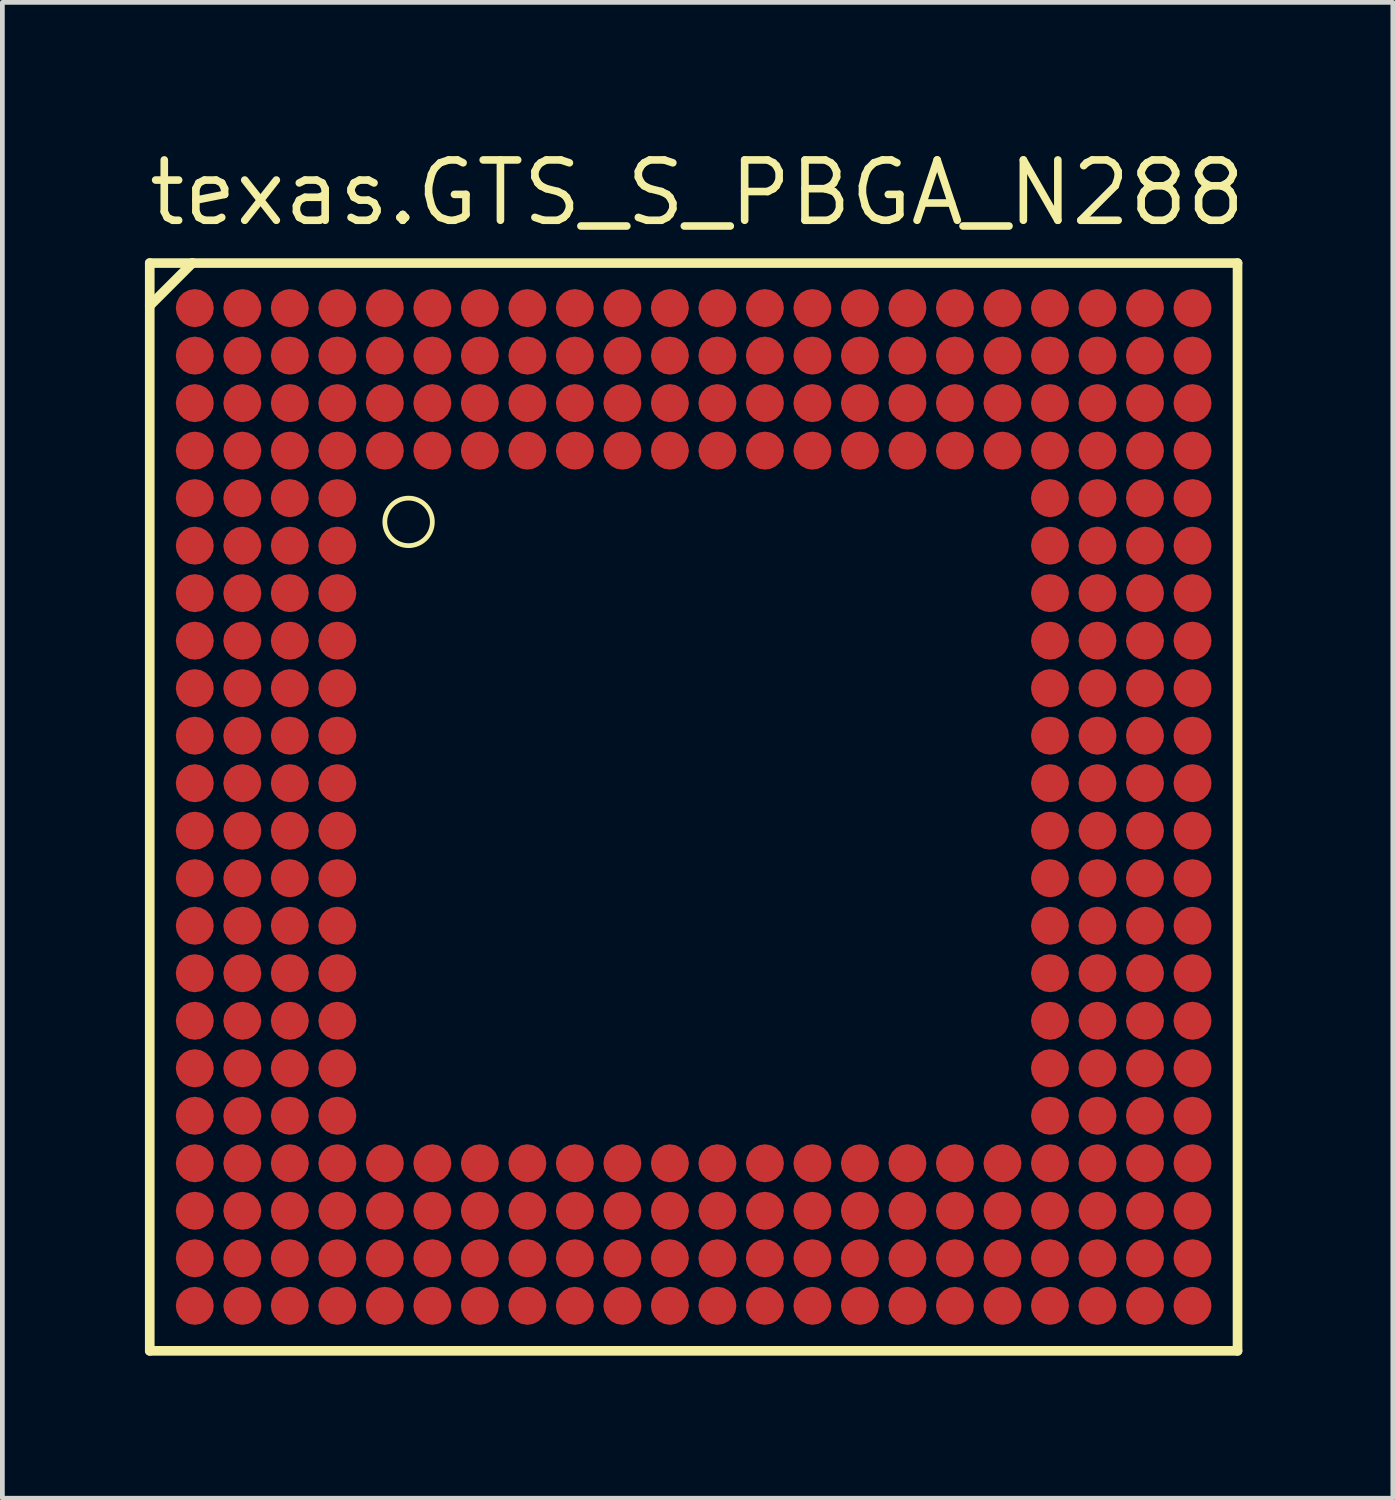
<source format=kicad_pcb>
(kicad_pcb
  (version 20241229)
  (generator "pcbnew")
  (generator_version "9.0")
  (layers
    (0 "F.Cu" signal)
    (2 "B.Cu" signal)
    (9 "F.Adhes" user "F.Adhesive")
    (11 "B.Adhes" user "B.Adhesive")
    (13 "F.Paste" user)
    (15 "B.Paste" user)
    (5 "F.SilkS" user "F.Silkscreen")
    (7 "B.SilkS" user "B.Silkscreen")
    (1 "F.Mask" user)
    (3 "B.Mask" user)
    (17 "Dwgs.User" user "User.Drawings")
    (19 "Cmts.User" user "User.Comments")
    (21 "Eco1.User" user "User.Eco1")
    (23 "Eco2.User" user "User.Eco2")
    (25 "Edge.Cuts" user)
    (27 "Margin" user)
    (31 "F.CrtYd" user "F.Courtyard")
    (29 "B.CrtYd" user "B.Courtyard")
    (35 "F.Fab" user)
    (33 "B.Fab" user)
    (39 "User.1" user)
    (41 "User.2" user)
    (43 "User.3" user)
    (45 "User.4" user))
  (footprint "texas.GTS_S_PBGA_N288"
    (layer "F.Cu")
    (at 11.55 13.935)
    (property "Reference" "texas.GTS_S_PBGA_N288" (at -11.55 -12.185 0) (layer "F.SilkS") (effects (font (size 1.27 1.27) (thickness 0.16)) (justify left bottom)))
    (attr smd)
    (fp_circle (center -10.5 -10.5) (end -10.15 -10.5) (stroke (width 0.1) (type default)) (fill no) (layer "F.Mask"))
    (fp_circle (center -10.5 -9.5) (end -10.15 -9.5) (stroke (width 0.1) (type default)) (fill no) (layer "F.Mask"))
    (fp_circle (center -10.5 -8.5) (end -10.15 -8.5) (stroke (width 0.1) (type default)) (fill no) (layer "F.Mask"))
    (fp_circle (center -10.5 -7.5) (end -10.15 -7.5) (stroke (width 0.1) (type default)) (fill no) (layer "F.Mask"))
    (fp_circle (center -10.5 -6.5) (end -10.15 -6.5) (stroke (width 0.1) (type default)) (fill no) (layer "F.Mask"))
    (fp_circle (center -10.5 -5.5) (end -10.15 -5.5) (stroke (width 0.1) (type default)) (fill no) (layer "F.Mask"))
    (fp_circle (center -10.5 -4.5) (end -10.15 -4.5) (stroke (width 0.1) (type default)) (fill no) (layer "F.Mask"))
    (fp_circle (center -10.5 -3.5) (end -10.15 -3.5) (stroke (width 0.1) (type default)) (fill no) (layer "F.Mask"))
    (fp_circle (center -10.5 -2.5) (end -10.15 -2.5) (stroke (width 0.1) (type default)) (fill no) (layer "F.Mask"))
    (fp_circle (center -10.5 -1.5) (end -10.15 -1.5) (stroke (width 0.1) (type default)) (fill no) (layer "F.Mask"))
    (fp_circle (center -10.5 -0.5) (end -10.15 -0.5) (stroke (width 0.1) (type default)) (fill no) (layer "F.Mask"))
    (fp_circle (center -10.5 0.5) (end -10.15 0.5) (stroke (width 0.1) (type default)) (fill no) (layer "F.Mask"))
    (fp_circle (center -10.5 1.5) (end -10.15 1.5) (stroke (width 0.1) (type default)) (fill no) (layer "F.Mask"))
    (fp_circle (center -10.5 2.5) (end -10.15 2.5) (stroke (width 0.1) (type default)) (fill no) (layer "F.Mask"))
    (fp_circle (center -10.5 3.5) (end -10.15 3.5) (stroke (width 0.1) (type default)) (fill no) (layer "F.Mask"))
    (fp_circle (center -10.5 4.5) (end -10.15 4.5) (stroke (width 0.1) (type default)) (fill no) (layer "F.Mask"))
    (fp_circle (center -10.5 5.5) (end -10.15 5.5) (stroke (width 0.1) (type default)) (fill no) (layer "F.Mask"))
    (fp_circle (center -10.5 6.5) (end -10.15 6.5) (stroke (width 0.1) (type default)) (fill no) (layer "F.Mask"))
    (fp_circle (center -10.5 7.5) (end -10.15 7.5) (stroke (width 0.1) (type default)) (fill no) (layer "F.Mask"))
    (fp_circle (center -10.5 8.5) (end -10.15 8.5) (stroke (width 0.1) (type default)) (fill no) (layer "F.Mask"))
    (fp_circle (center -10.5 9.5) (end -10.15 9.5) (stroke (width 0.1) (type default)) (fill no) (layer "F.Mask"))
    (fp_circle (center -10.5 10.5) (end -10.15 10.5) (stroke (width 0.1) (type default)) (fill no) (layer "F.Mask"))
    (fp_circle (center -9.5 -10.5) (end -9.15 -10.5) (stroke (width 0.1) (type default)) (fill no) (layer "F.Mask"))
    (fp_circle (center -9.5 -9.5) (end -9.15 -9.5) (stroke (width 0.1) (type default)) (fill no) (layer "F.Mask"))
    (fp_circle (center -9.5 -8.5) (end -9.15 -8.5) (stroke (width 0.1) (type default)) (fill no) (layer "F.Mask"))
    (fp_circle (center -9.5 -7.5) (end -9.15 -7.5) (stroke (width 0.1) (type default)) (fill no) (layer "F.Mask"))
    (fp_circle (center -9.5 -6.5) (end -9.15 -6.5) (stroke (width 0.1) (type default)) (fill no) (layer "F.Mask"))
    (fp_circle (center -9.5 -5.5) (end -9.15 -5.5) (stroke (width 0.1) (type default)) (fill no) (layer "F.Mask"))
    (fp_circle (center -9.5 -4.5) (end -9.15 -4.5) (stroke (width 0.1) (type default)) (fill no) (layer "F.Mask"))
    (fp_circle (center -9.5 -3.5) (end -9.15 -3.5) (stroke (width 0.1) (type default)) (fill no) (layer "F.Mask"))
    (fp_circle (center -9.5 -2.5) (end -9.15 -2.5) (stroke (width 0.1) (type default)) (fill no) (layer "F.Mask"))
    (fp_circle (center -9.5 -1.5) (end -9.15 -1.5) (stroke (width 0.1) (type default)) (fill no) (layer "F.Mask"))
    (fp_circle (center -9.5 -0.5) (end -9.15 -0.5) (stroke (width 0.1) (type default)) (fill no) (layer "F.Mask"))
    (fp_circle (center -9.5 0.5) (end -9.15 0.5) (stroke (width 0.1) (type default)) (fill no) (layer "F.Mask"))
    (fp_circle (center -9.5 1.5) (end -9.15 1.5) (stroke (width 0.1) (type default)) (fill no) (layer "F.Mask"))
    (fp_circle (center -9.5 2.5) (end -9.15 2.5) (stroke (width 0.1) (type default)) (fill no) (layer "F.Mask"))
    (fp_circle (center -9.5 3.5) (end -9.15 3.5) (stroke (width 0.1) (type default)) (fill no) (layer "F.Mask"))
    (fp_circle (center -9.5 4.5) (end -9.15 4.5) (stroke (width 0.1) (type default)) (fill no) (layer "F.Mask"))
    (fp_circle (center -9.5 5.5) (end -9.15 5.5) (stroke (width 0.1) (type default)) (fill no) (layer "F.Mask"))
    (fp_circle (center -9.5 6.5) (end -9.15 6.5) (stroke (width 0.1) (type default)) (fill no) (layer "F.Mask"))
    (fp_circle (center -9.5 7.5) (end -9.15 7.5) (stroke (width 0.1) (type default)) (fill no) (layer "F.Mask"))
    (fp_circle (center -9.5 8.5) (end -9.15 8.5) (stroke (width 0.1) (type default)) (fill no) (layer "F.Mask"))
    (fp_circle (center -9.5 9.5) (end -9.15 9.5) (stroke (width 0.1) (type default)) (fill no) (layer "F.Mask"))
    (fp_circle (center -9.5 10.5) (end -9.15 10.5) (stroke (width 0.1) (type default)) (fill no) (layer "F.Mask"))
    (fp_circle (center -8.5 -10.5) (end -8.15 -10.5) (stroke (width 0.1) (type default)) (fill no) (layer "F.Mask"))
    (fp_circle (center -8.5 -9.5) (end -8.15 -9.5) (stroke (width 0.1) (type default)) (fill no) (layer "F.Mask"))
    (fp_circle (center -8.5 -8.5) (end -8.15 -8.5) (stroke (width 0.1) (type default)) (fill no) (layer "F.Mask"))
    (fp_circle (center -8.5 -7.5) (end -8.15 -7.5) (stroke (width 0.1) (type default)) (fill no) (layer "F.Mask"))
    (fp_circle (center -8.5 -6.5) (end -8.15 -6.5) (stroke (width 0.1) (type default)) (fill no) (layer "F.Mask"))
    (fp_circle (center -8.5 -5.5) (end -8.15 -5.5) (stroke (width 0.1) (type default)) (fill no) (layer "F.Mask"))
    (fp_circle (center -8.5 -4.5) (end -8.15 -4.5) (stroke (width 0.1) (type default)) (fill no) (layer "F.Mask"))
    (fp_circle (center -8.5 -3.5) (end -8.15 -3.5) (stroke (width 0.1) (type default)) (fill no) (layer "F.Mask"))
    (fp_circle (center -8.5 -2.5) (end -8.15 -2.5) (stroke (width 0.1) (type default)) (fill no) (layer "F.Mask"))
    (fp_circle (center -8.5 -1.5) (end -8.15 -1.5) (stroke (width 0.1) (type default)) (fill no) (layer "F.Mask"))
    (fp_circle (center -8.5 -0.5) (end -8.15 -0.5) (stroke (width 0.1) (type default)) (fill no) (layer "F.Mask"))
    (fp_circle (center -8.5 0.5) (end -8.15 0.5) (stroke (width 0.1) (type default)) (fill no) (layer "F.Mask"))
    (fp_circle (center -8.5 1.5) (end -8.15 1.5) (stroke (width 0.1) (type default)) (fill no) (layer "F.Mask"))
    (fp_circle (center -8.5 2.5) (end -8.15 2.5) (stroke (width 0.1) (type default)) (fill no) (layer "F.Mask"))
    (fp_circle (center -8.5 3.5) (end -8.15 3.5) (stroke (width 0.1) (type default)) (fill no) (layer "F.Mask"))
    (fp_circle (center -8.5 4.5) (end -8.15 4.5) (stroke (width 0.1) (type default)) (fill no) (layer "F.Mask"))
    (fp_circle (center -8.5 5.5) (end -8.15 5.5) (stroke (width 0.1) (type default)) (fill no) (layer "F.Mask"))
    (fp_circle (center -8.5 6.5) (end -8.15 6.5) (stroke (width 0.1) (type default)) (fill no) (layer "F.Mask"))
    (fp_circle (center -8.5 7.5) (end -8.15 7.5) (stroke (width 0.1) (type default)) (fill no) (layer "F.Mask"))
    (fp_circle (center -8.5 8.5) (end -8.15 8.5) (stroke (width 0.1) (type default)) (fill no) (layer "F.Mask"))
    (fp_circle (center -8.5 9.5) (end -8.15 9.5) (stroke (width 0.1) (type default)) (fill no) (layer "F.Mask"))
    (fp_circle (center -8.5 10.5) (end -8.15 10.5) (stroke (width 0.1) (type default)) (fill no) (layer "F.Mask"))
    (fp_circle (center -7.5 -10.5) (end -7.15 -10.5) (stroke (width 0.1) (type default)) (fill no) (layer "F.Mask"))
    (fp_circle (center -7.5 -9.5) (end -7.15 -9.5) (stroke (width 0.1) (type default)) (fill no) (layer "F.Mask"))
    (fp_circle (center -7.5 -8.5) (end -7.15 -8.5) (stroke (width 0.1) (type default)) (fill no) (layer "F.Mask"))
    (fp_circle (center -7.5 -7.5) (end -7.15 -7.5) (stroke (width 0.1) (type default)) (fill no) (layer "F.Mask"))
    (fp_circle (center -7.5 -6.5) (end -7.15 -6.5) (stroke (width 0.1) (type default)) (fill no) (layer "F.Mask"))
    (fp_circle (center -7.5 -5.5) (end -7.15 -5.5) (stroke (width 0.1) (type default)) (fill no) (layer "F.Mask"))
    (fp_circle (center -7.5 -4.5) (end -7.15 -4.5) (stroke (width 0.1) (type default)) (fill no) (layer "F.Mask"))
    (fp_circle (center -7.5 -3.5) (end -7.15 -3.5) (stroke (width 0.1) (type default)) (fill no) (layer "F.Mask"))
    (fp_circle (center -7.5 -2.5) (end -7.15 -2.5) (stroke (width 0.1) (type default)) (fill no) (layer "F.Mask"))
    (fp_circle (center -7.5 -1.5) (end -7.15 -1.5) (stroke (width 0.1) (type default)) (fill no) (layer "F.Mask"))
    (fp_circle (center -7.5 -0.5) (end -7.15 -0.5) (stroke (width 0.1) (type default)) (fill no) (layer "F.Mask"))
    (fp_circle (center -7.5 0.5) (end -7.15 0.5) (stroke (width 0.1) (type default)) (fill no) (layer "F.Mask"))
    (fp_circle (center -7.5 1.5) (end -7.15 1.5) (stroke (width 0.1) (type default)) (fill no) (layer "F.Mask"))
    (fp_circle (center -7.5 2.5) (end -7.15 2.5) (stroke (width 0.1) (type default)) (fill no) (layer "F.Mask"))
    (fp_circle (center -7.5 3.5) (end -7.15 3.5) (stroke (width 0.1) (type default)) (fill no) (layer "F.Mask"))
    (fp_circle (center -7.5 4.5) (end -7.15 4.5) (stroke (width 0.1) (type default)) (fill no) (layer "F.Mask"))
    (fp_circle (center -7.5 5.5) (end -7.15 5.5) (stroke (width 0.1) (type default)) (fill no) (layer "F.Mask"))
    (fp_circle (center -7.5 6.5) (end -7.15 6.5) (stroke (width 0.1) (type default)) (fill no) (layer "F.Mask"))
    (fp_circle (center -7.5 7.5) (end -7.15 7.5) (stroke (width 0.1) (type default)) (fill no) (layer "F.Mask"))
    (fp_circle (center -7.5 8.5) (end -7.15 8.5) (stroke (width 0.1) (type default)) (fill no) (layer "F.Mask"))
    (fp_circle (center -7.5 9.5) (end -7.15 9.5) (stroke (width 0.1) (type default)) (fill no) (layer "F.Mask"))
    (fp_circle (center -7.5 10.5) (end -7.15 10.5) (stroke (width 0.1) (type default)) (fill no) (layer "F.Mask"))
    (fp_circle (center -6.5 -10.5) (end -6.15 -10.5) (stroke (width 0.1) (type default)) (fill no) (layer "F.Mask"))
    (fp_circle (center -6.5 -9.5) (end -6.15 -9.5) (stroke (width 0.1) (type default)) (fill no) (layer "F.Mask"))
    (fp_circle (center -6.5 -8.5) (end -6.15 -8.5) (stroke (width 0.1) (type default)) (fill no) (layer "F.Mask"))
    (fp_circle (center -6.5 -7.5) (end -6.15 -7.5) (stroke (width 0.1) (type default)) (fill no) (layer "F.Mask"))
    (fp_circle (center -6.5 7.5) (end -6.15 7.5) (stroke (width 0.1) (type default)) (fill no) (layer "F.Mask"))
    (fp_circle (center -6.5 8.5) (end -6.15 8.5) (stroke (width 0.1) (type default)) (fill no) (layer "F.Mask"))
    (fp_circle (center -6.5 9.5) (end -6.15 9.5) (stroke (width 0.1) (type default)) (fill no) (layer "F.Mask"))
    (fp_circle (center -6.5 10.5) (end -6.15 10.5) (stroke (width 0.1) (type default)) (fill no) (layer "F.Mask"))
    (fp_circle (center -5.5 -10.5) (end -5.15 -10.5) (stroke (width 0.1) (type default)) (fill no) (layer "F.Mask"))
    (fp_circle (center -5.5 -9.5) (end -5.15 -9.5) (stroke (width 0.1) (type default)) (fill no) (layer "F.Mask"))
    (fp_circle (center -5.5 -8.5) (end -5.15 -8.5) (stroke (width 0.1) (type default)) (fill no) (layer "F.Mask"))
    (fp_circle (center -5.5 -7.5) (end -5.15 -7.5) (stroke (width 0.1) (type default)) (fill no) (layer "F.Mask"))
    (fp_circle (center -5.5 7.5) (end -5.15 7.5) (stroke (width 0.1) (type default)) (fill no) (layer "F.Mask"))
    (fp_circle (center -5.5 8.5) (end -5.15 8.5) (stroke (width 0.1) (type default)) (fill no) (layer "F.Mask"))
    (fp_circle (center -5.5 9.5) (end -5.15 9.5) (stroke (width 0.1) (type default)) (fill no) (layer "F.Mask"))
    (fp_circle (center -5.5 10.5) (end -5.15 10.5) (stroke (width 0.1) (type default)) (fill no) (layer "F.Mask"))
    (fp_circle (center -4.5 -10.5) (end -4.15 -10.5) (stroke (width 0.1) (type default)) (fill no) (layer "F.Mask"))
    (fp_circle (center -4.5 -9.5) (end -4.15 -9.5) (stroke (width 0.1) (type default)) (fill no) (layer "F.Mask"))
    (fp_circle (center -4.5 -8.5) (end -4.15 -8.5) (stroke (width 0.1) (type default)) (fill no) (layer "F.Mask"))
    (fp_circle (center -4.5 -7.5) (end -4.15 -7.5) (stroke (width 0.1) (type default)) (fill no) (layer "F.Mask"))
    (fp_circle (center -4.5 7.5) (end -4.15 7.5) (stroke (width 0.1) (type default)) (fill no) (layer "F.Mask"))
    (fp_circle (center -4.5 8.5) (end -4.15 8.5) (stroke (width 0.1) (type default)) (fill no) (layer "F.Mask"))
    (fp_circle (center -4.5 9.5) (end -4.15 9.5) (stroke (width 0.1) (type default)) (fill no) (layer "F.Mask"))
    (fp_circle (center -4.5 10.5) (end -4.15 10.5) (stroke (width 0.1) (type default)) (fill no) (layer "F.Mask"))
    (fp_circle (center -3.5 -10.5) (end -3.15 -10.5) (stroke (width 0.1) (type default)) (fill no) (layer "F.Mask"))
    (fp_circle (center -3.5 -9.5) (end -3.15 -9.5) (stroke (width 0.1) (type default)) (fill no) (layer "F.Mask"))
    (fp_circle (center -3.5 -8.5) (end -3.15 -8.5) (stroke (width 0.1) (type default)) (fill no) (layer "F.Mask"))
    (fp_circle (center -3.5 -7.5) (end -3.15 -7.5) (stroke (width 0.1) (type default)) (fill no) (layer "F.Mask"))
    (fp_circle (center -3.5 7.5) (end -3.15 7.5) (stroke (width 0.1) (type default)) (fill no) (layer "F.Mask"))
    (fp_circle (center -3.5 8.5) (end -3.15 8.5) (stroke (width 0.1) (type default)) (fill no) (layer "F.Mask"))
    (fp_circle (center -3.5 9.5) (end -3.15 9.5) (stroke (width 0.1) (type default)) (fill no) (layer "F.Mask"))
    (fp_circle (center -3.5 10.5) (end -3.15 10.5) (stroke (width 0.1) (type default)) (fill no) (layer "F.Mask"))
    (fp_circle (center -2.5 -10.5) (end -2.15 -10.5) (stroke (width 0.1) (type default)) (fill no) (layer "F.Mask"))
    (fp_circle (center -2.5 -9.5) (end -2.15 -9.5) (stroke (width 0.1) (type default)) (fill no) (layer "F.Mask"))
    (fp_circle (center -2.5 -8.5) (end -2.15 -8.5) (stroke (width 0.1) (type default)) (fill no) (layer "F.Mask"))
    (fp_circle (center -2.5 -7.5) (end -2.15 -7.5) (stroke (width 0.1) (type default)) (fill no) (layer "F.Mask"))
    (fp_circle (center -2.5 7.5) (end -2.15 7.5) (stroke (width 0.1) (type default)) (fill no) (layer "F.Mask"))
    (fp_circle (center -2.5 8.5) (end -2.15 8.5) (stroke (width 0.1) (type default)) (fill no) (layer "F.Mask"))
    (fp_circle (center -2.5 9.5) (end -2.15 9.5) (stroke (width 0.1) (type default)) (fill no) (layer "F.Mask"))
    (fp_circle (center -2.5 10.5) (end -2.15 10.5) (stroke (width 0.1) (type default)) (fill no) (layer "F.Mask"))
    (fp_circle (center -1.5 -10.5) (end -1.15 -10.5) (stroke (width 0.1) (type default)) (fill no) (layer "F.Mask"))
    (fp_circle (center -1.5 -9.5) (end -1.15 -9.5) (stroke (width 0.1) (type default)) (fill no) (layer "F.Mask"))
    (fp_circle (center -1.5 -8.5) (end -1.15 -8.5) (stroke (width 0.1) (type default)) (fill no) (layer "F.Mask"))
    (fp_circle (center -1.5 -7.5) (end -1.15 -7.5) (stroke (width 0.1) (type default)) (fill no) (layer "F.Mask"))
    (fp_circle (center -1.5 7.5) (end -1.15 7.5) (stroke (width 0.1) (type default)) (fill no) (layer "F.Mask"))
    (fp_circle (center -1.5 8.5) (end -1.15 8.5) (stroke (width 0.1) (type default)) (fill no) (layer "F.Mask"))
    (fp_circle (center -1.5 9.5) (end -1.15 9.5) (stroke (width 0.1) (type default)) (fill no) (layer "F.Mask"))
    (fp_circle (center -1.5 10.5) (end -1.15 10.5) (stroke (width 0.1) (type default)) (fill no) (layer "F.Mask"))
    (fp_circle (center -0.5 -10.5) (end -0.15 -10.5) (stroke (width 0.1) (type default)) (fill no) (layer "F.Mask"))
    (fp_circle (center -0.5 -9.5) (end -0.15 -9.5) (stroke (width 0.1) (type default)) (fill no) (layer "F.Mask"))
    (fp_circle (center -0.5 -8.5) (end -0.15 -8.5) (stroke (width 0.1) (type default)) (fill no) (layer "F.Mask"))
    (fp_circle (center -0.5 -7.5) (end -0.15 -7.5) (stroke (width 0.1) (type default)) (fill no) (layer "F.Mask"))
    (fp_circle (center -0.5 7.5) (end -0.15 7.5) (stroke (width 0.1) (type default)) (fill no) (layer "F.Mask"))
    (fp_circle (center -0.5 8.5) (end -0.15 8.5) (stroke (width 0.1) (type default)) (fill no) (layer "F.Mask"))
    (fp_circle (center -0.5 9.5) (end -0.15 9.5) (stroke (width 0.1) (type default)) (fill no) (layer "F.Mask"))
    (fp_circle (center -0.5 10.5) (end -0.15 10.5) (stroke (width 0.1) (type default)) (fill no) (layer "F.Mask"))
    (fp_circle (center 0.5 -10.5) (end 0.85 -10.5) (stroke (width 0.1) (type default)) (fill no) (layer "F.Mask"))
    (fp_circle (center 0.5 -9.5) (end 0.85 -9.5) (stroke (width 0.1) (type default)) (fill no) (layer "F.Mask"))
    (fp_circle (center 0.5 -8.5) (end 0.85 -8.5) (stroke (width 0.1) (type default)) (fill no) (layer "F.Mask"))
    (fp_circle (center 0.5 -7.5) (end 0.85 -7.5) (stroke (width 0.1) (type default)) (fill no) (layer "F.Mask"))
    (fp_circle (center 0.5 7.5) (end 0.85 7.5) (stroke (width 0.1) (type default)) (fill no) (layer "F.Mask"))
    (fp_circle (center 0.5 8.5) (end 0.85 8.5) (stroke (width 0.1) (type default)) (fill no) (layer "F.Mask"))
    (fp_circle (center 0.5 9.5) (end 0.85 9.5) (stroke (width 0.1) (type default)) (fill no) (layer "F.Mask"))
    (fp_circle (center 0.5 10.5) (end 0.85 10.5) (stroke (width 0.1) (type default)) (fill no) (layer "F.Mask"))
    (fp_circle (center 1.5 -10.5) (end 1.85 -10.5) (stroke (width 0.1) (type default)) (fill no) (layer "F.Mask"))
    (fp_circle (center 1.5 -9.5) (end 1.85 -9.5) (stroke (width 0.1) (type default)) (fill no) (layer "F.Mask"))
    (fp_circle (center 1.5 -8.5) (end 1.85 -8.5) (stroke (width 0.1) (type default)) (fill no) (layer "F.Mask"))
    (fp_circle (center 1.5 -7.5) (end 1.85 -7.5) (stroke (width 0.1) (type default)) (fill no) (layer "F.Mask"))
    (fp_circle (center 1.5 7.5) (end 1.85 7.5) (stroke (width 0.1) (type default)) (fill no) (layer "F.Mask"))
    (fp_circle (center 1.5 8.5) (end 1.85 8.5) (stroke (width 0.1) (type default)) (fill no) (layer "F.Mask"))
    (fp_circle (center 1.5 9.5) (end 1.85 9.5) (stroke (width 0.1) (type default)) (fill no) (layer "F.Mask"))
    (fp_circle (center 1.5 10.5) (end 1.85 10.5) (stroke (width 0.1) (type default)) (fill no) (layer "F.Mask"))
    (fp_circle (center 2.5 -10.5) (end 2.85 -10.5) (stroke (width 0.1) (type default)) (fill no) (layer "F.Mask"))
    (fp_circle (center 2.5 -9.5) (end 2.85 -9.5) (stroke (width 0.1) (type default)) (fill no) (layer "F.Mask"))
    (fp_circle (center 2.5 -8.5) (end 2.85 -8.5) (stroke (width 0.1) (type default)) (fill no) (layer "F.Mask"))
    (fp_circle (center 2.5 -7.5) (end 2.85 -7.5) (stroke (width 0.1) (type default)) (fill no) (layer "F.Mask"))
    (fp_circle (center 2.5 7.5) (end 2.85 7.5) (stroke (width 0.1) (type default)) (fill no) (layer "F.Mask"))
    (fp_circle (center 2.5 8.5) (end 2.85 8.5) (stroke (width 0.1) (type default)) (fill no) (layer "F.Mask"))
    (fp_circle (center 2.5 9.5) (end 2.85 9.5) (stroke (width 0.1) (type default)) (fill no) (layer "F.Mask"))
    (fp_circle (center 2.5 10.5) (end 2.85 10.5) (stroke (width 0.1) (type default)) (fill no) (layer "F.Mask"))
    (fp_circle (center 3.5 -10.5) (end 3.85 -10.5) (stroke (width 0.1) (type default)) (fill no) (layer "F.Mask"))
    (fp_circle (center 3.5 -9.5) (end 3.85 -9.5) (stroke (width 0.1) (type default)) (fill no) (layer "F.Mask"))
    (fp_circle (center 3.5 -8.5) (end 3.85 -8.5) (stroke (width 0.1) (type default)) (fill no) (layer "F.Mask"))
    (fp_circle (center 3.5 -7.5) (end 3.85 -7.5) (stroke (width 0.1) (type default)) (fill no) (layer "F.Mask"))
    (fp_circle (center 3.5 7.5) (end 3.85 7.5) (stroke (width 0.1) (type default)) (fill no) (layer "F.Mask"))
    (fp_circle (center 3.5 8.5) (end 3.85 8.5) (stroke (width 0.1) (type default)) (fill no) (layer "F.Mask"))
    (fp_circle (center 3.5 9.5) (end 3.85 9.5) (stroke (width 0.1) (type default)) (fill no) (layer "F.Mask"))
    (fp_circle (center 3.5 10.5) (end 3.85 10.5) (stroke (width 0.1) (type default)) (fill no) (layer "F.Mask"))
    (fp_circle (center 4.5 -10.5) (end 4.85 -10.5) (stroke (width 0.1) (type default)) (fill no) (layer "F.Mask"))
    (fp_circle (center 4.5 -9.5) (end 4.85 -9.5) (stroke (width 0.1) (type default)) (fill no) (layer "F.Mask"))
    (fp_circle (center 4.5 -8.5) (end 4.85 -8.5) (stroke (width 0.1) (type default)) (fill no) (layer "F.Mask"))
    (fp_circle (center 4.5 -7.5) (end 4.85 -7.5) (stroke (width 0.1) (type default)) (fill no) (layer "F.Mask"))
    (fp_circle (center 4.5 7.5) (end 4.85 7.5) (stroke (width 0.1) (type default)) (fill no) (layer "F.Mask"))
    (fp_circle (center 4.5 8.5) (end 4.85 8.5) (stroke (width 0.1) (type default)) (fill no) (layer "F.Mask"))
    (fp_circle (center 4.5 9.5) (end 4.85 9.5) (stroke (width 0.1) (type default)) (fill no) (layer "F.Mask"))
    (fp_circle (center 4.5 10.5) (end 4.85 10.5) (stroke (width 0.1) (type default)) (fill no) (layer "F.Mask"))
    (fp_circle (center 5.5 -10.5) (end 5.85 -10.5) (stroke (width 0.1) (type default)) (fill no) (layer "F.Mask"))
    (fp_circle (center 5.5 -9.5) (end 5.85 -9.5) (stroke (width 0.1) (type default)) (fill no) (layer "F.Mask"))
    (fp_circle (center 5.5 -8.5) (end 5.85 -8.5) (stroke (width 0.1) (type default)) (fill no) (layer "F.Mask"))
    (fp_circle (center 5.5 -7.5) (end 5.85 -7.5) (stroke (width 0.1) (type default)) (fill no) (layer "F.Mask"))
    (fp_circle (center 5.5 7.5) (end 5.85 7.5) (stroke (width 0.1) (type default)) (fill no) (layer "F.Mask"))
    (fp_circle (center 5.5 8.5) (end 5.85 8.5) (stroke (width 0.1) (type default)) (fill no) (layer "F.Mask"))
    (fp_circle (center 5.5 9.5) (end 5.85 9.5) (stroke (width 0.1) (type default)) (fill no) (layer "F.Mask"))
    (fp_circle (center 5.5 10.5) (end 5.85 10.5) (stroke (width 0.1) (type default)) (fill no) (layer "F.Mask"))
    (fp_circle (center 6.5 -10.5) (end 6.85 -10.5) (stroke (width 0.1) (type default)) (fill no) (layer "F.Mask"))
    (fp_circle (center 6.5 -9.5) (end 6.85 -9.5) (stroke (width 0.1) (type default)) (fill no) (layer "F.Mask"))
    (fp_circle (center 6.5 -8.5) (end 6.85 -8.5) (stroke (width 0.1) (type default)) (fill no) (layer "F.Mask"))
    (fp_circle (center 6.5 -7.5) (end 6.85 -7.5) (stroke (width 0.1) (type default)) (fill no) (layer "F.Mask"))
    (fp_circle (center 6.5 7.5) (end 6.85 7.5) (stroke (width 0.1) (type default)) (fill no) (layer "F.Mask"))
    (fp_circle (center 6.5 8.5) (end 6.85 8.5) (stroke (width 0.1) (type default)) (fill no) (layer "F.Mask"))
    (fp_circle (center 6.5 9.5) (end 6.85 9.5) (stroke (width 0.1) (type default)) (fill no) (layer "F.Mask"))
    (fp_circle (center 6.5 10.5) (end 6.85 10.5) (stroke (width 0.1) (type default)) (fill no) (layer "F.Mask"))
    (fp_circle (center 7.5 -10.5) (end 7.85 -10.5) (stroke (width 0.1) (type default)) (fill no) (layer "F.Mask"))
    (fp_circle (center 7.5 -9.5) (end 7.85 -9.5) (stroke (width 0.1) (type default)) (fill no) (layer "F.Mask"))
    (fp_circle (center 7.5 -8.5) (end 7.85 -8.5) (stroke (width 0.1) (type default)) (fill no) (layer "F.Mask"))
    (fp_circle (center 7.5 -7.5) (end 7.85 -7.5) (stroke (width 0.1) (type default)) (fill no) (layer "F.Mask"))
    (fp_circle (center 7.5 -6.5) (end 7.85 -6.5) (stroke (width 0.1) (type default)) (fill no) (layer "F.Mask"))
    (fp_circle (center 7.5 -5.5) (end 7.85 -5.5) (stroke (width 0.1) (type default)) (fill no) (layer "F.Mask"))
    (fp_circle (center 7.5 -4.5) (end 7.85 -4.5) (stroke (width 0.1) (type default)) (fill no) (layer "F.Mask"))
    (fp_circle (center 7.5 -3.5) (end 7.85 -3.5) (stroke (width 0.1) (type default)) (fill no) (layer "F.Mask"))
    (fp_circle (center 7.5 -2.5) (end 7.85 -2.5) (stroke (width 0.1) (type default)) (fill no) (layer "F.Mask"))
    (fp_circle (center 7.5 -1.5) (end 7.85 -1.5) (stroke (width 0.1) (type default)) (fill no) (layer "F.Mask"))
    (fp_circle (center 7.5 -0.5) (end 7.85 -0.5) (stroke (width 0.1) (type default)) (fill no) (layer "F.Mask"))
    (fp_circle (center 7.5 0.5) (end 7.85 0.5) (stroke (width 0.1) (type default)) (fill no) (layer "F.Mask"))
    (fp_circle (center 7.5 1.5) (end 7.85 1.5) (stroke (width 0.1) (type default)) (fill no) (layer "F.Mask"))
    (fp_circle (center 7.5 2.5) (end 7.85 2.5) (stroke (width 0.1) (type default)) (fill no) (layer "F.Mask"))
    (fp_circle (center 7.5 3.5) (end 7.85 3.5) (stroke (width 0.1) (type default)) (fill no) (layer "F.Mask"))
    (fp_circle (center 7.5 4.5) (end 7.85 4.5) (stroke (width 0.1) (type default)) (fill no) (layer "F.Mask"))
    (fp_circle (center 7.5 5.5) (end 7.85 5.5) (stroke (width 0.1) (type default)) (fill no) (layer "F.Mask"))
    (fp_circle (center 7.5 6.5) (end 7.85 6.5) (stroke (width 0.1) (type default)) (fill no) (layer "F.Mask"))
    (fp_circle (center 7.5 7.5) (end 7.85 7.5) (stroke (width 0.1) (type default)) (fill no) (layer "F.Mask"))
    (fp_circle (center 7.5 8.5) (end 7.85 8.5) (stroke (width 0.1) (type default)) (fill no) (layer "F.Mask"))
    (fp_circle (center 7.5 9.5) (end 7.85 9.5) (stroke (width 0.1) (type default)) (fill no) (layer "F.Mask"))
    (fp_circle (center 7.5 10.5) (end 7.85 10.5) (stroke (width 0.1) (type default)) (fill no) (layer "F.Mask"))
    (fp_circle (center 8.5 -10.5) (end 8.85 -10.5) (stroke (width 0.1) (type default)) (fill no) (layer "F.Mask"))
    (fp_circle (center 8.5 -9.5) (end 8.85 -9.5) (stroke (width 0.1) (type default)) (fill no) (layer "F.Mask"))
    (fp_circle (center 8.5 -8.5) (end 8.85 -8.5) (stroke (width 0.1) (type default)) (fill no) (layer "F.Mask"))
    (fp_circle (center 8.5 -7.5) (end 8.85 -7.5) (stroke (width 0.1) (type default)) (fill no) (layer "F.Mask"))
    (fp_circle (center 8.5 -6.5) (end 8.85 -6.5) (stroke (width 0.1) (type default)) (fill no) (layer "F.Mask"))
    (fp_circle (center 8.5 -5.5) (end 8.85 -5.5) (stroke (width 0.1) (type default)) (fill no) (layer "F.Mask"))
    (fp_circle (center 8.5 -4.5) (end 8.85 -4.5) (stroke (width 0.1) (type default)) (fill no) (layer "F.Mask"))
    (fp_circle (center 8.5 -3.5) (end 8.85 -3.5) (stroke (width 0.1) (type default)) (fill no) (layer "F.Mask"))
    (fp_circle (center 8.5 -2.5) (end 8.85 -2.5) (stroke (width 0.1) (type default)) (fill no) (layer "F.Mask"))
    (fp_circle (center 8.5 -1.5) (end 8.85 -1.5) (stroke (width 0.1) (type default)) (fill no) (layer "F.Mask"))
    (fp_circle (center 8.5 -0.5) (end 8.85 -0.5) (stroke (width 0.1) (type default)) (fill no) (layer "F.Mask"))
    (fp_circle (center 8.5 0.5) (end 8.85 0.5) (stroke (width 0.1) (type default)) (fill no) (layer "F.Mask"))
    (fp_circle (center 8.5 1.5) (end 8.85 1.5) (stroke (width 0.1) (type default)) (fill no) (layer "F.Mask"))
    (fp_circle (center 8.5 2.5) (end 8.85 2.5) (stroke (width 0.1) (type default)) (fill no) (layer "F.Mask"))
    (fp_circle (center 8.5 3.5) (end 8.85 3.5) (stroke (width 0.1) (type default)) (fill no) (layer "F.Mask"))
    (fp_circle (center 8.5 4.5) (end 8.85 4.5) (stroke (width 0.1) (type default)) (fill no) (layer "F.Mask"))
    (fp_circle (center 8.5 5.5) (end 8.85 5.5) (stroke (width 0.1) (type default)) (fill no) (layer "F.Mask"))
    (fp_circle (center 8.5 6.5) (end 8.85 6.5) (stroke (width 0.1) (type default)) (fill no) (layer "F.Mask"))
    (fp_circle (center 8.5 7.5) (end 8.85 7.5) (stroke (width 0.1) (type default)) (fill no) (layer "F.Mask"))
    (fp_circle (center 8.5 8.5) (end 8.85 8.5) (stroke (width 0.1) (type default)) (fill no) (layer "F.Mask"))
    (fp_circle (center 8.5 9.5) (end 8.85 9.5) (stroke (width 0.1) (type default)) (fill no) (layer "F.Mask"))
    (fp_circle (center 8.5 10.5) (end 8.85 10.5) (stroke (width 0.1) (type default)) (fill no) (layer "F.Mask"))
    (fp_circle (center 9.5 -10.5) (end 9.85 -10.5) (stroke (width 0.1) (type default)) (fill no) (layer "F.Mask"))
    (fp_circle (center 9.5 -9.5) (end 9.85 -9.5) (stroke (width 0.1) (type default)) (fill no) (layer "F.Mask"))
    (fp_circle (center 9.5 -8.5) (end 9.85 -8.5) (stroke (width 0.1) (type default)) (fill no) (layer "F.Mask"))
    (fp_circle (center 9.5 -7.5) (end 9.85 -7.5) (stroke (width 0.1) (type default)) (fill no) (layer "F.Mask"))
    (fp_circle (center 9.5 -6.5) (end 9.85 -6.5) (stroke (width 0.1) (type default)) (fill no) (layer "F.Mask"))
    (fp_circle (center 9.5 -5.5) (end 9.85 -5.5) (stroke (width 0.1) (type default)) (fill no) (layer "F.Mask"))
    (fp_circle (center 9.5 -4.5) (end 9.85 -4.5) (stroke (width 0.1) (type default)) (fill no) (layer "F.Mask"))
    (fp_circle (center 9.5 -3.5) (end 9.85 -3.5) (stroke (width 0.1) (type default)) (fill no) (layer "F.Mask"))
    (fp_circle (center 9.5 -2.5) (end 9.85 -2.5) (stroke (width 0.1) (type default)) (fill no) (layer "F.Mask"))
    (fp_circle (center 9.5 -1.5) (end 9.85 -1.5) (stroke (width 0.1) (type default)) (fill no) (layer "F.Mask"))
    (fp_circle (center 9.5 -0.5) (end 9.85 -0.5) (stroke (width 0.1) (type default)) (fill no) (layer "F.Mask"))
    (fp_circle (center 9.5 0.5) (end 9.85 0.5) (stroke (width 0.1) (type default)) (fill no) (layer "F.Mask"))
    (fp_circle (center 9.5 1.5) (end 9.85 1.5) (stroke (width 0.1) (type default)) (fill no) (layer "F.Mask"))
    (fp_circle (center 9.5 2.5) (end 9.85 2.5) (stroke (width 0.1) (type default)) (fill no) (layer "F.Mask"))
    (fp_circle (center 9.5 3.5) (end 9.85 3.5) (stroke (width 0.1) (type default)) (fill no) (layer "F.Mask"))
    (fp_circle (center 9.5 4.5) (end 9.85 4.5) (stroke (width 0.1) (type default)) (fill no) (layer "F.Mask"))
    (fp_circle (center 9.5 5.5) (end 9.85 5.5) (stroke (width 0.1) (type default)) (fill no) (layer "F.Mask"))
    (fp_circle (center 9.5 6.5) (end 9.85 6.5) (stroke (width 0.1) (type default)) (fill no) (layer "F.Mask"))
    (fp_circle (center 9.5 7.5) (end 9.85 7.5) (stroke (width 0.1) (type default)) (fill no) (layer "F.Mask"))
    (fp_circle (center 9.5 8.5) (end 9.85 8.5) (stroke (width 0.1) (type default)) (fill no) (layer "F.Mask"))
    (fp_circle (center 9.5 9.5) (end 9.85 9.5) (stroke (width 0.1) (type default)) (fill no) (layer "F.Mask"))
    (fp_circle (center 9.5 10.5) (end 9.85 10.5) (stroke (width 0.1) (type default)) (fill no) (layer "F.Mask"))
    (fp_circle (center 10.5 -10.5) (end 10.85 -10.5) (stroke (width 0.1) (type default)) (fill no) (layer "F.Mask"))
    (fp_circle (center 10.5 -9.5) (end 10.85 -9.5) (stroke (width 0.1) (type default)) (fill no) (layer "F.Mask"))
    (fp_circle (center 10.5 -8.5) (end 10.85 -8.5) (stroke (width 0.1) (type default)) (fill no) (layer "F.Mask"))
    (fp_circle (center 10.5 -7.5) (end 10.85 -7.5) (stroke (width 0.1) (type default)) (fill no) (layer "F.Mask"))
    (fp_circle (center 10.5 -6.5) (end 10.85 -6.5) (stroke (width 0.1) (type default)) (fill no) (layer "F.Mask"))
    (fp_circle (center 10.5 -5.5) (end 10.85 -5.5) (stroke (width 0.1) (type default)) (fill no) (layer "F.Mask"))
    (fp_circle (center 10.5 -4.5) (end 10.85 -4.5) (stroke (width 0.1) (type default)) (fill no) (layer "F.Mask"))
    (fp_circle (center 10.5 -3.5) (end 10.85 -3.5) (stroke (width 0.1) (type default)) (fill no) (layer "F.Mask"))
    (fp_circle (center 10.5 -2.5) (end 10.85 -2.5) (stroke (width 0.1) (type default)) (fill no) (layer "F.Mask"))
    (fp_circle (center 10.5 -1.5) (end 10.85 -1.5) (stroke (width 0.1) (type default)) (fill no) (layer "F.Mask"))
    (fp_circle (center 10.5 -0.5) (end 10.85 -0.5) (stroke (width 0.1) (type default)) (fill no) (layer "F.Mask"))
    (fp_circle (center 10.5 0.5) (end 10.85 0.5) (stroke (width 0.1) (type default)) (fill no) (layer "F.Mask"))
    (fp_circle (center 10.5 1.5) (end 10.85 1.5) (stroke (width 0.1) (type default)) (fill no) (layer "F.Mask"))
    (fp_circle (center 10.5 2.5) (end 10.85 2.5) (stroke (width 0.1) (type default)) (fill no) (layer "F.Mask"))
    (fp_circle (center 10.5 3.5) (end 10.85 3.5) (stroke (width 0.1) (type default)) (fill no) (layer "F.Mask"))
    (fp_circle (center 10.5 4.5) (end 10.85 4.5) (stroke (width 0.1) (type default)) (fill no) (layer "F.Mask"))
    (fp_circle (center 10.5 5.5) (end 10.85 5.5) (stroke (width 0.1) (type default)) (fill no) (layer "F.Mask"))
    (fp_circle (center 10.5 6.5) (end 10.85 6.5) (stroke (width 0.1) (type default)) (fill no) (layer "F.Mask"))
    (fp_circle (center 10.5 7.5) (end 10.85 7.5) (stroke (width 0.1) (type default)) (fill no) (layer "F.Mask"))
    (fp_circle (center 10.5 8.5) (end 10.85 8.5) (stroke (width 0.1) (type default)) (fill no) (layer "F.Mask"))
    (fp_circle (center 10.5 9.5) (end 10.85 9.5) (stroke (width 0.1) (type default)) (fill no) (layer "F.Mask"))
    (fp_circle (center 10.5 10.5) (end 10.85 10.5) (stroke (width 0.1) (type default)) (fill no) (layer "F.Mask"))
    (fp_line (start -11.448 -11.448) (end -11.448 -10.55) (stroke (width 0.203) (type default)) (layer "F.SilkS"))
    (fp_line (start -11.448 -10.55) (end -11.448 11.448) (stroke (width 0.203) (type default)) (layer "F.SilkS"))
    (fp_line (start -11.448 -10.55) (end -10.55 -11.448) (stroke (width 0.203) (type default)) (layer "F.SilkS"))
    (fp_line (start -11.448 11.448) (end 11.448 11.448) (stroke (width 0.203) (type default)) (layer "F.SilkS"))
    (fp_line (start -10.55 -11.448) (end -11.448 -11.448) (stroke (width 0.203) (type default)) (layer "F.SilkS"))
    (fp_line (start 11.448 -11.448) (end -10.55 -11.448) (stroke (width 0.203) (type default)) (layer "F.SilkS"))
    (fp_line (start 11.448 11.448) (end 11.448 -11.448) (stroke (width 0.203) (type default)) (layer "F.SilkS"))
    (fp_circle (center -6 -6) (end -5.5 -6) (stroke (width 0.1) (type default)) (fill no) (layer "F.SilkS"))
    (pad "A1" smd roundrect (at -10.5 -10.5) (size 0.8 0.8) (layers "F.Cu" "F.Mask" "F.Paste") (roundrect_rratio 0.5))
    (pad "A2" smd roundrect (at -9.5 -10.5) (size 0.8 0.8) (layers "F.Cu" "F.Mask" "F.Paste") (roundrect_rratio 0.5))
    (pad "A3" smd roundrect (at -8.5 -10.5) (size 0.8 0.8) (layers "F.Cu" "F.Mask" "F.Paste") (roundrect_rratio 0.5))
    (pad "A4" smd roundrect (at -7.5 -10.5) (size 0.8 0.8) (layers "F.Cu" "F.Mask" "F.Paste") (roundrect_rratio 0.5))
    (pad "A5" smd roundrect (at -6.5 -10.5) (size 0.8 0.8) (layers "F.Cu" "F.Mask" "F.Paste") (roundrect_rratio 0.5))
    (pad "A6" smd roundrect (at -5.5 -10.5) (size 0.8 0.8) (layers "F.Cu" "F.Mask" "F.Paste") (roundrect_rratio 0.5))
    (pad "A7" smd roundrect (at -4.5 -10.5) (size 0.8 0.8) (layers "F.Cu" "F.Mask" "F.Paste") (roundrect_rratio 0.5))
    (pad "A8" smd roundrect (at -3.5 -10.5) (size 0.8 0.8) (layers "F.Cu" "F.Mask" "F.Paste") (roundrect_rratio 0.5))
    (pad "A9" smd roundrect (at -2.5 -10.5) (size 0.8 0.8) (layers "F.Cu" "F.Mask" "F.Paste") (roundrect_rratio 0.5))
    (pad "A10" smd roundrect (at -1.5 -10.5) (size 0.8 0.8) (layers "F.Cu" "F.Mask" "F.Paste") (roundrect_rratio 0.5))
    (pad "A11" smd roundrect (at -0.5 -10.5) (size 0.8 0.8) (layers "F.Cu" "F.Mask" "F.Paste") (roundrect_rratio 0.5))
    (pad "A12" smd roundrect (at 0.5 -10.5) (size 0.8 0.8) (layers "F.Cu" "F.Mask" "F.Paste") (roundrect_rratio 0.5))
    (pad "A13" smd roundrect (at 1.5 -10.5) (size 0.8 0.8) (layers "F.Cu" "F.Mask" "F.Paste") (roundrect_rratio 0.5))
    (pad "A14" smd roundrect (at 2.5 -10.5) (size 0.8 0.8) (layers "F.Cu" "F.Mask" "F.Paste") (roundrect_rratio 0.5))
    (pad "A15" smd roundrect (at 3.5 -10.5) (size 0.8 0.8) (layers "F.Cu" "F.Mask" "F.Paste") (roundrect_rratio 0.5))
    (pad "A16" smd roundrect (at 4.5 -10.5) (size 0.8 0.8) (layers "F.Cu" "F.Mask" "F.Paste") (roundrect_rratio 0.5))
    (pad "A17" smd roundrect (at 5.5 -10.5) (size 0.8 0.8) (layers "F.Cu" "F.Mask" "F.Paste") (roundrect_rratio 0.5))
    (pad "A18" smd roundrect (at 6.5 -10.5) (size 0.8 0.8) (layers "F.Cu" "F.Mask" "F.Paste") (roundrect_rratio 0.5))
    (pad "A19" smd roundrect (at 7.5 -10.5) (size 0.8 0.8) (layers "F.Cu" "F.Mask" "F.Paste") (roundrect_rratio 0.5))
    (pad "A20" smd roundrect (at 8.5 -10.5) (size 0.8 0.8) (layers "F.Cu" "F.Mask" "F.Paste") (roundrect_rratio 0.5))
    (pad "A21" smd roundrect (at 9.5 -10.5) (size 0.8 0.8) (layers "F.Cu" "F.Mask" "F.Paste") (roundrect_rratio 0.5))
    (pad "A22" smd roundrect (at 10.5 -10.5) (size 0.8 0.8) (layers "F.Cu" "F.Mask" "F.Paste") (roundrect_rratio 0.5))
    (pad "AA1" smd roundrect (at -10.5 9.5) (size 0.8 0.8) (layers "F.Cu" "F.Mask" "F.Paste") (roundrect_rratio 0.5))
    (pad "AA2" smd roundrect (at -9.5 9.5) (size 0.8 0.8) (layers "F.Cu" "F.Mask" "F.Paste") (roundrect_rratio 0.5))
    (pad "AA3" smd roundrect (at -8.5 9.5) (size 0.8 0.8) (layers "F.Cu" "F.Mask" "F.Paste") (roundrect_rratio 0.5))
    (pad "AA4" smd roundrect (at -7.5 9.5) (size 0.8 0.8) (layers "F.Cu" "F.Mask" "F.Paste") (roundrect_rratio 0.5))
    (pad "AA5" smd roundrect (at -6.5 9.5) (size 0.8 0.8) (layers "F.Cu" "F.Mask" "F.Paste") (roundrect_rratio 0.5))
    (pad "AA6" smd roundrect (at -5.5 9.5) (size 0.8 0.8) (layers "F.Cu" "F.Mask" "F.Paste") (roundrect_rratio 0.5))
    (pad "AA7" smd roundrect (at -4.5 9.5) (size 0.8 0.8) (layers "F.Cu" "F.Mask" "F.Paste") (roundrect_rratio 0.5))
    (pad "AA8" smd roundrect (at -3.5 9.5) (size 0.8 0.8) (layers "F.Cu" "F.Mask" "F.Paste") (roundrect_rratio 0.5))
    (pad "AA9" smd roundrect (at -2.5 9.5) (size 0.8 0.8) (layers "F.Cu" "F.Mask" "F.Paste") (roundrect_rratio 0.5))
    (pad "AA10" smd roundrect (at -1.5 9.5) (size 0.8 0.8) (layers "F.Cu" "F.Mask" "F.Paste") (roundrect_rratio 0.5))
    (pad "AA11" smd roundrect (at -0.5 9.5) (size 0.8 0.8) (layers "F.Cu" "F.Mask" "F.Paste") (roundrect_rratio 0.5))
    (pad "AA12" smd roundrect (at 0.5 9.5) (size 0.8 0.8) (layers "F.Cu" "F.Mask" "F.Paste") (roundrect_rratio 0.5))
    (pad "AA13" smd roundrect (at 1.5 9.5) (size 0.8 0.8) (layers "F.Cu" "F.Mask" "F.Paste") (roundrect_rratio 0.5))
    (pad "AA14" smd roundrect (at 2.5 9.5) (size 0.8 0.8) (layers "F.Cu" "F.Mask" "F.Paste") (roundrect_rratio 0.5))
    (pad "AA15" smd roundrect (at 3.5 9.5) (size 0.8 0.8) (layers "F.Cu" "F.Mask" "F.Paste") (roundrect_rratio 0.5))
    (pad "AA16" smd roundrect (at 4.5 9.5) (size 0.8 0.8) (layers "F.Cu" "F.Mask" "F.Paste") (roundrect_rratio 0.5))
    (pad "AA17" smd roundrect (at 5.5 9.5) (size 0.8 0.8) (layers "F.Cu" "F.Mask" "F.Paste") (roundrect_rratio 0.5))
    (pad "AA18" smd roundrect (at 6.5 9.5) (size 0.8 0.8) (layers "F.Cu" "F.Mask" "F.Paste") (roundrect_rratio 0.5))
    (pad "AA19" smd roundrect (at 7.5 9.5) (size 0.8 0.8) (layers "F.Cu" "F.Mask" "F.Paste") (roundrect_rratio 0.5))
    (pad "AA20" smd roundrect (at 8.5 9.5) (size 0.8 0.8) (layers "F.Cu" "F.Mask" "F.Paste") (roundrect_rratio 0.5))
    (pad "AA21" smd roundrect (at 9.5 9.5) (size 0.8 0.8) (layers "F.Cu" "F.Mask" "F.Paste") (roundrect_rratio 0.5))
    (pad "AA22" smd roundrect (at 10.5 9.5) (size 0.8 0.8) (layers "F.Cu" "F.Mask" "F.Paste") (roundrect_rratio 0.5))
    (pad "AB1" smd roundrect (at -10.5 10.5) (size 0.8 0.8) (layers "F.Cu" "F.Mask" "F.Paste") (roundrect_rratio 0.5))
    (pad "AB2" smd roundrect (at -9.5 10.5) (size 0.8 0.8) (layers "F.Cu" "F.Mask" "F.Paste") (roundrect_rratio 0.5))
    (pad "AB3" smd roundrect (at -8.5 10.5) (size 0.8 0.8) (layers "F.Cu" "F.Mask" "F.Paste") (roundrect_rratio 0.5))
    (pad "AB4" smd roundrect (at -7.5 10.5) (size 0.8 0.8) (layers "F.Cu" "F.Mask" "F.Paste") (roundrect_rratio 0.5))
    (pad "AB5" smd roundrect (at -6.5 10.5) (size 0.8 0.8) (layers "F.Cu" "F.Mask" "F.Paste") (roundrect_rratio 0.5))
    (pad "AB6" smd roundrect (at -5.5 10.5) (size 0.8 0.8) (layers "F.Cu" "F.Mask" "F.Paste") (roundrect_rratio 0.5))
    (pad "AB7" smd roundrect (at -4.5 10.5) (size 0.8 0.8) (layers "F.Cu" "F.Mask" "F.Paste") (roundrect_rratio 0.5))
    (pad "AB8" smd roundrect (at -3.5 10.5) (size 0.8 0.8) (layers "F.Cu" "F.Mask" "F.Paste") (roundrect_rratio 0.5))
    (pad "AB9" smd roundrect (at -2.5 10.5) (size 0.8 0.8) (layers "F.Cu" "F.Mask" "F.Paste") (roundrect_rratio 0.5))
    (pad "AB10" smd roundrect (at -1.5 10.5) (size 0.8 0.8) (layers "F.Cu" "F.Mask" "F.Paste") (roundrect_rratio 0.5))
    (pad "AB11" smd roundrect (at -0.5 10.5) (size 0.8 0.8) (layers "F.Cu" "F.Mask" "F.Paste") (roundrect_rratio 0.5))
    (pad "AB12" smd roundrect (at 0.5 10.5) (size 0.8 0.8) (layers "F.Cu" "F.Mask" "F.Paste") (roundrect_rratio 0.5))
    (pad "AB13" smd roundrect (at 1.5 10.5) (size 0.8 0.8) (layers "F.Cu" "F.Mask" "F.Paste") (roundrect_rratio 0.5))
    (pad "AB14" smd roundrect (at 2.5 10.5) (size 0.8 0.8) (layers "F.Cu" "F.Mask" "F.Paste") (roundrect_rratio 0.5))
    (pad "AB15" smd roundrect (at 3.5 10.5) (size 0.8 0.8) (layers "F.Cu" "F.Mask" "F.Paste") (roundrect_rratio 0.5))
    (pad "AB16" smd roundrect (at 4.5 10.5) (size 0.8 0.8) (layers "F.Cu" "F.Mask" "F.Paste") (roundrect_rratio 0.5))
    (pad "AB17" smd roundrect (at 5.5 10.5) (size 0.8 0.8) (layers "F.Cu" "F.Mask" "F.Paste") (roundrect_rratio 0.5))
    (pad "AB18" smd roundrect (at 6.5 10.5) (size 0.8 0.8) (layers "F.Cu" "F.Mask" "F.Paste") (roundrect_rratio 0.5))
    (pad "AB19" smd roundrect (at 7.5 10.5) (size 0.8 0.8) (layers "F.Cu" "F.Mask" "F.Paste") (roundrect_rratio 0.5))
    (pad "AB20" smd roundrect (at 8.5 10.5) (size 0.8 0.8) (layers "F.Cu" "F.Mask" "F.Paste") (roundrect_rratio 0.5))
    (pad "AB21" smd roundrect (at 9.5 10.5) (size 0.8 0.8) (layers "F.Cu" "F.Mask" "F.Paste") (roundrect_rratio 0.5))
    (pad "AB22" smd roundrect (at 10.5 10.5) (size 0.8 0.8) (layers "F.Cu" "F.Mask" "F.Paste") (roundrect_rratio 0.5))
    (pad "B1" smd roundrect (at -10.5 -9.5) (size 0.8 0.8) (layers "F.Cu" "F.Mask" "F.Paste") (roundrect_rratio 0.5))
    (pad "B2" smd roundrect (at -9.5 -9.5) (size 0.8 0.8) (layers "F.Cu" "F.Mask" "F.Paste") (roundrect_rratio 0.5))
    (pad "B3" smd roundrect (at -8.5 -9.5) (size 0.8 0.8) (layers "F.Cu" "F.Mask" "F.Paste") (roundrect_rratio 0.5))
    (pad "B4" smd roundrect (at -7.5 -9.5) (size 0.8 0.8) (layers "F.Cu" "F.Mask" "F.Paste") (roundrect_rratio 0.5))
    (pad "B5" smd roundrect (at -6.5 -9.5) (size 0.8 0.8) (layers "F.Cu" "F.Mask" "F.Paste") (roundrect_rratio 0.5))
    (pad "B6" smd roundrect (at -5.5 -9.5) (size 0.8 0.8) (layers "F.Cu" "F.Mask" "F.Paste") (roundrect_rratio 0.5))
    (pad "B7" smd roundrect (at -4.5 -9.5) (size 0.8 0.8) (layers "F.Cu" "F.Mask" "F.Paste") (roundrect_rratio 0.5))
    (pad "B8" smd roundrect (at -3.5 -9.5) (size 0.8 0.8) (layers "F.Cu" "F.Mask" "F.Paste") (roundrect_rratio 0.5))
    (pad "B9" smd roundrect (at -2.5 -9.5) (size 0.8 0.8) (layers "F.Cu" "F.Mask" "F.Paste") (roundrect_rratio 0.5))
    (pad "B10" smd roundrect (at -1.5 -9.5) (size 0.8 0.8) (layers "F.Cu" "F.Mask" "F.Paste") (roundrect_rratio 0.5))
    (pad "B11" smd roundrect (at -0.5 -9.5) (size 0.8 0.8) (layers "F.Cu" "F.Mask" "F.Paste") (roundrect_rratio 0.5))
    (pad "B12" smd roundrect (at 0.5 -9.5) (size 0.8 0.8) (layers "F.Cu" "F.Mask" "F.Paste") (roundrect_rratio 0.5))
    (pad "B13" smd roundrect (at 1.5 -9.5) (size 0.8 0.8) (layers "F.Cu" "F.Mask" "F.Paste") (roundrect_rratio 0.5))
    (pad "B14" smd roundrect (at 2.5 -9.5) (size 0.8 0.8) (layers "F.Cu" "F.Mask" "F.Paste") (roundrect_rratio 0.5))
    (pad "B15" smd roundrect (at 3.5 -9.5) (size 0.8 0.8) (layers "F.Cu" "F.Mask" "F.Paste") (roundrect_rratio 0.5))
    (pad "B16" smd roundrect (at 4.5 -9.5) (size 0.8 0.8) (layers "F.Cu" "F.Mask" "F.Paste") (roundrect_rratio 0.5))
    (pad "B17" smd roundrect (at 5.5 -9.5) (size 0.8 0.8) (layers "F.Cu" "F.Mask" "F.Paste") (roundrect_rratio 0.5))
    (pad "B18" smd roundrect (at 6.5 -9.5) (size 0.8 0.8) (layers "F.Cu" "F.Mask" "F.Paste") (roundrect_rratio 0.5))
    (pad "B19" smd roundrect (at 7.5 -9.5) (size 0.8 0.8) (layers "F.Cu" "F.Mask" "F.Paste") (roundrect_rratio 0.5))
    (pad "B20" smd roundrect (at 8.5 -9.5) (size 0.8 0.8) (layers "F.Cu" "F.Mask" "F.Paste") (roundrect_rratio 0.5))
    (pad "B21" smd roundrect (at 9.5 -9.5) (size 0.8 0.8) (layers "F.Cu" "F.Mask" "F.Paste") (roundrect_rratio 0.5))
    (pad "B22" smd roundrect (at 10.5 -9.5) (size 0.8 0.8) (layers "F.Cu" "F.Mask" "F.Paste") (roundrect_rratio 0.5))
    (pad "C1" smd roundrect (at -10.5 -8.5) (size 0.8 0.8) (layers "F.Cu" "F.Mask" "F.Paste") (roundrect_rratio 0.5))
    (pad "C2" smd roundrect (at -9.5 -8.5) (size 0.8 0.8) (layers "F.Cu" "F.Mask" "F.Paste") (roundrect_rratio 0.5))
    (pad "C3" smd roundrect (at -8.5 -8.5) (size 0.8 0.8) (layers "F.Cu" "F.Mask" "F.Paste") (roundrect_rratio 0.5))
    (pad "C4" smd roundrect (at -7.5 -8.5) (size 0.8 0.8) (layers "F.Cu" "F.Mask" "F.Paste") (roundrect_rratio 0.5))
    (pad "C5" smd roundrect (at -6.5 -8.5) (size 0.8 0.8) (layers "F.Cu" "F.Mask" "F.Paste") (roundrect_rratio 0.5))
    (pad "C6" smd roundrect (at -5.5 -8.5) (size 0.8 0.8) (layers "F.Cu" "F.Mask" "F.Paste") (roundrect_rratio 0.5))
    (pad "C7" smd roundrect (at -4.5 -8.5) (size 0.8 0.8) (layers "F.Cu" "F.Mask" "F.Paste") (roundrect_rratio 0.5))
    (pad "C8" smd roundrect (at -3.5 -8.5) (size 0.8 0.8) (layers "F.Cu" "F.Mask" "F.Paste") (roundrect_rratio 0.5))
    (pad "C9" smd roundrect (at -2.5 -8.5) (size 0.8 0.8) (layers "F.Cu" "F.Mask" "F.Paste") (roundrect_rratio 0.5))
    (pad "C10" smd roundrect (at -1.5 -8.5) (size 0.8 0.8) (layers "F.Cu" "F.Mask" "F.Paste") (roundrect_rratio 0.5))
    (pad "C11" smd roundrect (at -0.5 -8.5) (size 0.8 0.8) (layers "F.Cu" "F.Mask" "F.Paste") (roundrect_rratio 0.5))
    (pad "C12" smd roundrect (at 0.5 -8.5) (size 0.8 0.8) (layers "F.Cu" "F.Mask" "F.Paste") (roundrect_rratio 0.5))
    (pad "C13" smd roundrect (at 1.5 -8.5) (size 0.8 0.8) (layers "F.Cu" "F.Mask" "F.Paste") (roundrect_rratio 0.5))
    (pad "C14" smd roundrect (at 2.5 -8.5) (size 0.8 0.8) (layers "F.Cu" "F.Mask" "F.Paste") (roundrect_rratio 0.5))
    (pad "C15" smd roundrect (at 3.5 -8.5) (size 0.8 0.8) (layers "F.Cu" "F.Mask" "F.Paste") (roundrect_rratio 0.5))
    (pad "C16" smd roundrect (at 4.5 -8.5) (size 0.8 0.8) (layers "F.Cu" "F.Mask" "F.Paste") (roundrect_rratio 0.5))
    (pad "C17" smd roundrect (at 5.5 -8.5) (size 0.8 0.8) (layers "F.Cu" "F.Mask" "F.Paste") (roundrect_rratio 0.5))
    (pad "C18" smd roundrect (at 6.5 -8.5) (size 0.8 0.8) (layers "F.Cu" "F.Mask" "F.Paste") (roundrect_rratio 0.5))
    (pad "C19" smd roundrect (at 7.5 -8.5) (size 0.8 0.8) (layers "F.Cu" "F.Mask" "F.Paste") (roundrect_rratio 0.5))
    (pad "C20" smd roundrect (at 8.5 -8.5) (size 0.8 0.8) (layers "F.Cu" "F.Mask" "F.Paste") (roundrect_rratio 0.5))
    (pad "C21" smd roundrect (at 9.5 -8.5) (size 0.8 0.8) (layers "F.Cu" "F.Mask" "F.Paste") (roundrect_rratio 0.5))
    (pad "C22" smd roundrect (at 10.5 -8.5) (size 0.8 0.8) (layers "F.Cu" "F.Mask" "F.Paste") (roundrect_rratio 0.5))
    (pad "D1" smd roundrect (at -10.5 -7.5) (size 0.8 0.8) (layers "F.Cu" "F.Mask" "F.Paste") (roundrect_rratio 0.5))
    (pad "D2" smd roundrect (at -9.5 -7.5) (size 0.8 0.8) (layers "F.Cu" "F.Mask" "F.Paste") (roundrect_rratio 0.5))
    (pad "D3" smd roundrect (at -8.5 -7.5) (size 0.8 0.8) (layers "F.Cu" "F.Mask" "F.Paste") (roundrect_rratio 0.5))
    (pad "D4" smd roundrect (at -7.5 -7.5) (size 0.8 0.8) (layers "F.Cu" "F.Mask" "F.Paste") (roundrect_rratio 0.5))
    (pad "D5" smd roundrect (at -6.5 -7.5) (size 0.8 0.8) (layers "F.Cu" "F.Mask" "F.Paste") (roundrect_rratio 0.5))
    (pad "D6" smd roundrect (at -5.5 -7.5) (size 0.8 0.8) (layers "F.Cu" "F.Mask" "F.Paste") (roundrect_rratio 0.5))
    (pad "D7" smd roundrect (at -4.5 -7.5) (size 0.8 0.8) (layers "F.Cu" "F.Mask" "F.Paste") (roundrect_rratio 0.5))
    (pad "D8" smd roundrect (at -3.5 -7.5) (size 0.8 0.8) (layers "F.Cu" "F.Mask" "F.Paste") (roundrect_rratio 0.5))
    (pad "D9" smd roundrect (at -2.5 -7.5) (size 0.8 0.8) (layers "F.Cu" "F.Mask" "F.Paste") (roundrect_rratio 0.5))
    (pad "D10" smd roundrect (at -1.5 -7.5) (size 0.8 0.8) (layers "F.Cu" "F.Mask" "F.Paste") (roundrect_rratio 0.5))
    (pad "D11" smd roundrect (at -0.5 -7.5) (size 0.8 0.8) (layers "F.Cu" "F.Mask" "F.Paste") (roundrect_rratio 0.5))
    (pad "D12" smd roundrect (at 0.5 -7.5) (size 0.8 0.8) (layers "F.Cu" "F.Mask" "F.Paste") (roundrect_rratio 0.5))
    (pad "D13" smd roundrect (at 1.5 -7.5) (size 0.8 0.8) (layers "F.Cu" "F.Mask" "F.Paste") (roundrect_rratio 0.5))
    (pad "D14" smd roundrect (at 2.5 -7.5) (size 0.8 0.8) (layers "F.Cu" "F.Mask" "F.Paste") (roundrect_rratio 0.5))
    (pad "D15" smd roundrect (at 3.5 -7.5) (size 0.8 0.8) (layers "F.Cu" "F.Mask" "F.Paste") (roundrect_rratio 0.5))
    (pad "D16" smd roundrect (at 4.5 -7.5) (size 0.8 0.8) (layers "F.Cu" "F.Mask" "F.Paste") (roundrect_rratio 0.5))
    (pad "D17" smd roundrect (at 5.5 -7.5) (size 0.8 0.8) (layers "F.Cu" "F.Mask" "F.Paste") (roundrect_rratio 0.5))
    (pad "D18" smd roundrect (at 6.5 -7.5) (size 0.8 0.8) (layers "F.Cu" "F.Mask" "F.Paste") (roundrect_rratio 0.5))
    (pad "D19" smd roundrect (at 7.5 -7.5) (size 0.8 0.8) (layers "F.Cu" "F.Mask" "F.Paste") (roundrect_rratio 0.5))
    (pad "D20" smd roundrect (at 8.5 -7.5) (size 0.8 0.8) (layers "F.Cu" "F.Mask" "F.Paste") (roundrect_rratio 0.5))
    (pad "D21" smd roundrect (at 9.5 -7.5) (size 0.8 0.8) (layers "F.Cu" "F.Mask" "F.Paste") (roundrect_rratio 0.5))
    (pad "D22" smd roundrect (at 10.5 -7.5) (size 0.8 0.8) (layers "F.Cu" "F.Mask" "F.Paste") (roundrect_rratio 0.5))
    (pad "E1" smd roundrect (at -10.5 -6.5) (size 0.8 0.8) (layers "F.Cu" "F.Mask" "F.Paste") (roundrect_rratio 0.5))
    (pad "E2" smd roundrect (at -9.5 -6.5) (size 0.8 0.8) (layers "F.Cu" "F.Mask" "F.Paste") (roundrect_rratio 0.5))
    (pad "E3" smd roundrect (at -8.5 -6.5) (size 0.8 0.8) (layers "F.Cu" "F.Mask" "F.Paste") (roundrect_rratio 0.5))
    (pad "E4" smd roundrect (at -7.5 -6.5) (size 0.8 0.8) (layers "F.Cu" "F.Mask" "F.Paste") (roundrect_rratio 0.5))
    (pad "E19" smd roundrect (at 7.5 -6.5) (size 0.8 0.8) (layers "F.Cu" "F.Mask" "F.Paste") (roundrect_rratio 0.5))
    (pad "E20" smd roundrect (at 8.5 -6.5) (size 0.8 0.8) (layers "F.Cu" "F.Mask" "F.Paste") (roundrect_rratio 0.5))
    (pad "E21" smd roundrect (at 9.5 -6.5) (size 0.8 0.8) (layers "F.Cu" "F.Mask" "F.Paste") (roundrect_rratio 0.5))
    (pad "E22" smd roundrect (at 10.5 -6.5) (size 0.8 0.8) (layers "F.Cu" "F.Mask" "F.Paste") (roundrect_rratio 0.5))
    (pad "F1" smd roundrect (at -10.5 -5.5) (size 0.8 0.8) (layers "F.Cu" "F.Mask" "F.Paste") (roundrect_rratio 0.5))
    (pad "F2" smd roundrect (at -9.5 -5.5) (size 0.8 0.8) (layers "F.Cu" "F.Mask" "F.Paste") (roundrect_rratio 0.5))
    (pad "F3" smd roundrect (at -8.5 -5.5) (size 0.8 0.8) (layers "F.Cu" "F.Mask" "F.Paste") (roundrect_rratio 0.5))
    (pad "F4" smd roundrect (at -7.5 -5.5) (size 0.8 0.8) (layers "F.Cu" "F.Mask" "F.Paste") (roundrect_rratio 0.5))
    (pad "F19" smd roundrect (at 7.5 -5.5) (size 0.8 0.8) (layers "F.Cu" "F.Mask" "F.Paste") (roundrect_rratio 0.5))
    (pad "F20" smd roundrect (at 8.5 -5.5) (size 0.8 0.8) (layers "F.Cu" "F.Mask" "F.Paste") (roundrect_rratio 0.5))
    (pad "F21" smd roundrect (at 9.5 -5.5) (size 0.8 0.8) (layers "F.Cu" "F.Mask" "F.Paste") (roundrect_rratio 0.5))
    (pad "F22" smd roundrect (at 10.5 -5.5) (size 0.8 0.8) (layers "F.Cu" "F.Mask" "F.Paste") (roundrect_rratio 0.5))
    (pad "G1" smd roundrect (at -10.5 -4.5) (size 0.8 0.8) (layers "F.Cu" "F.Mask" "F.Paste") (roundrect_rratio 0.5))
    (pad "G2" smd roundrect (at -9.5 -4.5) (size 0.8 0.8) (layers "F.Cu" "F.Mask" "F.Paste") (roundrect_rratio 0.5))
    (pad "G3" smd roundrect (at -8.5 -4.5) (size 0.8 0.8) (layers "F.Cu" "F.Mask" "F.Paste") (roundrect_rratio 0.5))
    (pad "G4" smd roundrect (at -7.5 -4.5) (size 0.8 0.8) (layers "F.Cu" "F.Mask" "F.Paste") (roundrect_rratio 0.5))
    (pad "G19" smd roundrect (at 7.5 -4.5) (size 0.8 0.8) (layers "F.Cu" "F.Mask" "F.Paste") (roundrect_rratio 0.5))
    (pad "G20" smd roundrect (at 8.5 -4.5) (size 0.8 0.8) (layers "F.Cu" "F.Mask" "F.Paste") (roundrect_rratio 0.5))
    (pad "G21" smd roundrect (at 9.5 -4.5) (size 0.8 0.8) (layers "F.Cu" "F.Mask" "F.Paste") (roundrect_rratio 0.5))
    (pad "G22" smd roundrect (at 10.5 -4.5) (size 0.8 0.8) (layers "F.Cu" "F.Mask" "F.Paste") (roundrect_rratio 0.5))
    (pad "H1" smd roundrect (at -10.5 -3.5) (size 0.8 0.8) (layers "F.Cu" "F.Mask" "F.Paste") (roundrect_rratio 0.5))
    (pad "H2" smd roundrect (at -9.5 -3.5) (size 0.8 0.8) (layers "F.Cu" "F.Mask" "F.Paste") (roundrect_rratio 0.5))
    (pad "H3" smd roundrect (at -8.5 -3.5) (size 0.8 0.8) (layers "F.Cu" "F.Mask" "F.Paste") (roundrect_rratio 0.5))
    (pad "H4" smd roundrect (at -7.5 -3.5) (size 0.8 0.8) (layers "F.Cu" "F.Mask" "F.Paste") (roundrect_rratio 0.5))
    (pad "H19" smd roundrect (at 7.5 -3.5) (size 0.8 0.8) (layers "F.Cu" "F.Mask" "F.Paste") (roundrect_rratio 0.5))
    (pad "H20" smd roundrect (at 8.5 -3.5) (size 0.8 0.8) (layers "F.Cu" "F.Mask" "F.Paste") (roundrect_rratio 0.5))
    (pad "H21" smd roundrect (at 9.5 -3.5) (size 0.8 0.8) (layers "F.Cu" "F.Mask" "F.Paste") (roundrect_rratio 0.5))
    (pad "H22" smd roundrect (at 10.5 -3.5) (size 0.8 0.8) (layers "F.Cu" "F.Mask" "F.Paste") (roundrect_rratio 0.5))
    (pad "J1" smd roundrect (at -10.5 -2.5) (size 0.8 0.8) (layers "F.Cu" "F.Mask" "F.Paste") (roundrect_rratio 0.5))
    (pad "J2" smd roundrect (at -9.5 -2.5) (size 0.8 0.8) (layers "F.Cu" "F.Mask" "F.Paste") (roundrect_rratio 0.5))
    (pad "J3" smd roundrect (at -8.5 -2.5) (size 0.8 0.8) (layers "F.Cu" "F.Mask" "F.Paste") (roundrect_rratio 0.5))
    (pad "J4" smd roundrect (at -7.5 -2.5) (size 0.8 0.8) (layers "F.Cu" "F.Mask" "F.Paste") (roundrect_rratio 0.5))
    (pad "J19" smd roundrect (at 7.5 -2.5) (size 0.8 0.8) (layers "F.Cu" "F.Mask" "F.Paste") (roundrect_rratio 0.5))
    (pad "J20" smd roundrect (at 8.5 -2.5) (size 0.8 0.8) (layers "F.Cu" "F.Mask" "F.Paste") (roundrect_rratio 0.5))
    (pad "J21" smd roundrect (at 9.5 -2.5) (size 0.8 0.8) (layers "F.Cu" "F.Mask" "F.Paste") (roundrect_rratio 0.5))
    (pad "J22" smd roundrect (at 10.5 -2.5) (size 0.8 0.8) (layers "F.Cu" "F.Mask" "F.Paste") (roundrect_rratio 0.5))
    (pad "K1" smd roundrect (at -10.5 -1.5) (size 0.8 0.8) (layers "F.Cu" "F.Mask" "F.Paste") (roundrect_rratio 0.5))
    (pad "K2" smd roundrect (at -9.5 -1.5) (size 0.8 0.8) (layers "F.Cu" "F.Mask" "F.Paste") (roundrect_rratio 0.5))
    (pad "K3" smd roundrect (at -8.5 -1.5) (size 0.8 0.8) (layers "F.Cu" "F.Mask" "F.Paste") (roundrect_rratio 0.5))
    (pad "K4" smd roundrect (at -7.5 -1.5) (size 0.8 0.8) (layers "F.Cu" "F.Mask" "F.Paste") (roundrect_rratio 0.5))
    (pad "K19" smd roundrect (at 7.5 -1.5) (size 0.8 0.8) (layers "F.Cu" "F.Mask" "F.Paste") (roundrect_rratio 0.5))
    (pad "K20" smd roundrect (at 8.5 -1.5) (size 0.8 0.8) (layers "F.Cu" "F.Mask" "F.Paste") (roundrect_rratio 0.5))
    (pad "K21" smd roundrect (at 9.5 -1.5) (size 0.8 0.8) (layers "F.Cu" "F.Mask" "F.Paste") (roundrect_rratio 0.5))
    (pad "K22" smd roundrect (at 10.5 -1.5) (size 0.8 0.8) (layers "F.Cu" "F.Mask" "F.Paste") (roundrect_rratio 0.5))
    (pad "L1" smd roundrect (at -10.5 -0.5) (size 0.8 0.8) (layers "F.Cu" "F.Mask" "F.Paste") (roundrect_rratio 0.5))
    (pad "L2" smd roundrect (at -9.5 -0.5) (size 0.8 0.8) (layers "F.Cu" "F.Mask" "F.Paste") (roundrect_rratio 0.5))
    (pad "L3" smd roundrect (at -8.5 -0.5) (size 0.8 0.8) (layers "F.Cu" "F.Mask" "F.Paste") (roundrect_rratio 0.5))
    (pad "L4" smd roundrect (at -7.5 -0.5) (size 0.8 0.8) (layers "F.Cu" "F.Mask" "F.Paste") (roundrect_rratio 0.5))
    (pad "L19" smd roundrect (at 7.5 -0.5) (size 0.8 0.8) (layers "F.Cu" "F.Mask" "F.Paste") (roundrect_rratio 0.5))
    (pad "L20" smd roundrect (at 8.5 -0.5) (size 0.8 0.8) (layers "F.Cu" "F.Mask" "F.Paste") (roundrect_rratio 0.5))
    (pad "L21" smd roundrect (at 9.5 -0.5) (size 0.8 0.8) (layers "F.Cu" "F.Mask" "F.Paste") (roundrect_rratio 0.5))
    (pad "L22" smd roundrect (at 10.5 -0.5) (size 0.8 0.8) (layers "F.Cu" "F.Mask" "F.Paste") (roundrect_rratio 0.5))
    (pad "M1" smd roundrect (at -10.5 0.5) (size 0.8 0.8) (layers "F.Cu" "F.Mask" "F.Paste") (roundrect_rratio 0.5))
    (pad "M2" smd roundrect (at -9.5 0.5) (size 0.8 0.8) (layers "F.Cu" "F.Mask" "F.Paste") (roundrect_rratio 0.5))
    (pad "M3" smd roundrect (at -8.5 0.5) (size 0.8 0.8) (layers "F.Cu" "F.Mask" "F.Paste") (roundrect_rratio 0.5))
    (pad "M4" smd roundrect (at -7.5 0.5) (size 0.8 0.8) (layers "F.Cu" "F.Mask" "F.Paste") (roundrect_rratio 0.5))
    (pad "M19" smd roundrect (at 7.5 0.5) (size 0.8 0.8) (layers "F.Cu" "F.Mask" "F.Paste") (roundrect_rratio 0.5))
    (pad "M20" smd roundrect (at 8.5 0.5) (size 0.8 0.8) (layers "F.Cu" "F.Mask" "F.Paste") (roundrect_rratio 0.5))
    (pad "M21" smd roundrect (at 9.5 0.5) (size 0.8 0.8) (layers "F.Cu" "F.Mask" "F.Paste") (roundrect_rratio 0.5))
    (pad "M22" smd roundrect (at 10.5 0.5) (size 0.8 0.8) (layers "F.Cu" "F.Mask" "F.Paste") (roundrect_rratio 0.5))
    (pad "N1" smd roundrect (at -10.5 1.5) (size 0.8 0.8) (layers "F.Cu" "F.Mask" "F.Paste") (roundrect_rratio 0.5))
    (pad "N2" smd roundrect (at -9.5 1.5) (size 0.8 0.8) (layers "F.Cu" "F.Mask" "F.Paste") (roundrect_rratio 0.5))
    (pad "N3" smd roundrect (at -8.5 1.5) (size 0.8 0.8) (layers "F.Cu" "F.Mask" "F.Paste") (roundrect_rratio 0.5))
    (pad "N4" smd roundrect (at -7.5 1.5) (size 0.8 0.8) (layers "F.Cu" "F.Mask" "F.Paste") (roundrect_rratio 0.5))
    (pad "N19" smd roundrect (at 7.5 1.5) (size 0.8 0.8) (layers "F.Cu" "F.Mask" "F.Paste") (roundrect_rratio 0.5))
    (pad "N20" smd roundrect (at 8.5 1.5) (size 0.8 0.8) (layers "F.Cu" "F.Mask" "F.Paste") (roundrect_rratio 0.5))
    (pad "N21" smd roundrect (at 9.5 1.5) (size 0.8 0.8) (layers "F.Cu" "F.Mask" "F.Paste") (roundrect_rratio 0.5))
    (pad "N22" smd roundrect (at 10.5 1.5) (size 0.8 0.8) (layers "F.Cu" "F.Mask" "F.Paste") (roundrect_rratio 0.5))
    (pad "P1" smd roundrect (at -10.5 2.5) (size 0.8 0.8) (layers "F.Cu" "F.Mask" "F.Paste") (roundrect_rratio 0.5))
    (pad "P2" smd roundrect (at -9.5 2.5) (size 0.8 0.8) (layers "F.Cu" "F.Mask" "F.Paste") (roundrect_rratio 0.5))
    (pad "P3" smd roundrect (at -8.5 2.5) (size 0.8 0.8) (layers "F.Cu" "F.Mask" "F.Paste") (roundrect_rratio 0.5))
    (pad "P4" smd roundrect (at -7.5 2.5) (size 0.8 0.8) (layers "F.Cu" "F.Mask" "F.Paste") (roundrect_rratio 0.5))
    (pad "P19" smd roundrect (at 7.5 2.5) (size 0.8 0.8) (layers "F.Cu" "F.Mask" "F.Paste") (roundrect_rratio 0.5))
    (pad "P20" smd roundrect (at 8.5 2.5) (size 0.8 0.8) (layers "F.Cu" "F.Mask" "F.Paste") (roundrect_rratio 0.5))
    (pad "P21" smd roundrect (at 9.5 2.5) (size 0.8 0.8) (layers "F.Cu" "F.Mask" "F.Paste") (roundrect_rratio 0.5))
    (pad "P22" smd roundrect (at 10.5 2.5) (size 0.8 0.8) (layers "F.Cu" "F.Mask" "F.Paste") (roundrect_rratio 0.5))
    (pad "R1" smd roundrect (at -10.5 3.5) (size 0.8 0.8) (layers "F.Cu" "F.Mask" "F.Paste") (roundrect_rratio 0.5))
    (pad "R2" smd roundrect (at -9.5 3.5) (size 0.8 0.8) (layers "F.Cu" "F.Mask" "F.Paste") (roundrect_rratio 0.5))
    (pad "R3" smd roundrect (at -8.5 3.5) (size 0.8 0.8) (layers "F.Cu" "F.Mask" "F.Paste") (roundrect_rratio 0.5))
    (pad "R4" smd roundrect (at -7.5 3.5) (size 0.8 0.8) (layers "F.Cu" "F.Mask" "F.Paste") (roundrect_rratio 0.5))
    (pad "R19" smd roundrect (at 7.5 3.5) (size 0.8 0.8) (layers "F.Cu" "F.Mask" "F.Paste") (roundrect_rratio 0.5))
    (pad "R20" smd roundrect (at 8.5 3.5) (size 0.8 0.8) (layers "F.Cu" "F.Mask" "F.Paste") (roundrect_rratio 0.5))
    (pad "R21" smd roundrect (at 9.5 3.5) (size 0.8 0.8) (layers "F.Cu" "F.Mask" "F.Paste") (roundrect_rratio 0.5))
    (pad "R22" smd roundrect (at 10.5 3.5) (size 0.8 0.8) (layers "F.Cu" "F.Mask" "F.Paste") (roundrect_rratio 0.5))
    (pad "T1" smd roundrect (at -10.5 4.5) (size 0.8 0.8) (layers "F.Cu" "F.Mask" "F.Paste") (roundrect_rratio 0.5))
    (pad "T2" smd roundrect (at -9.5 4.5) (size 0.8 0.8) (layers "F.Cu" "F.Mask" "F.Paste") (roundrect_rratio 0.5))
    (pad "T3" smd roundrect (at -8.5 4.5) (size 0.8 0.8) (layers "F.Cu" "F.Mask" "F.Paste") (roundrect_rratio 0.5))
    (pad "T4" smd roundrect (at -7.5 4.5) (size 0.8 0.8) (layers "F.Cu" "F.Mask" "F.Paste") (roundrect_rratio 0.5))
    (pad "T19" smd roundrect (at 7.5 4.5) (size 0.8 0.8) (layers "F.Cu" "F.Mask" "F.Paste") (roundrect_rratio 0.5))
    (pad "T20" smd roundrect (at 8.5 4.5) (size 0.8 0.8) (layers "F.Cu" "F.Mask" "F.Paste") (roundrect_rratio 0.5))
    (pad "T21" smd roundrect (at 9.5 4.5) (size 0.8 0.8) (layers "F.Cu" "F.Mask" "F.Paste") (roundrect_rratio 0.5))
    (pad "T22" smd roundrect (at 10.5 4.5) (size 0.8 0.8) (layers "F.Cu" "F.Mask" "F.Paste") (roundrect_rratio 0.5))
    (pad "U1" smd roundrect (at -10.5 5.5) (size 0.8 0.8) (layers "F.Cu" "F.Mask" "F.Paste") (roundrect_rratio 0.5))
    (pad "U2" smd roundrect (at -9.5 5.5) (size 0.8 0.8) (layers "F.Cu" "F.Mask" "F.Paste") (roundrect_rratio 0.5))
    (pad "U3" smd roundrect (at -8.5 5.5) (size 0.8 0.8) (layers "F.Cu" "F.Mask" "F.Paste") (roundrect_rratio 0.5))
    (pad "U4" smd roundrect (at -7.5 5.5) (size 0.8 0.8) (layers "F.Cu" "F.Mask" "F.Paste") (roundrect_rratio 0.5))
    (pad "U19" smd roundrect (at 7.5 5.5) (size 0.8 0.8) (layers "F.Cu" "F.Mask" "F.Paste") (roundrect_rratio 0.5))
    (pad "U20" smd roundrect (at 8.5 5.5) (size 0.8 0.8) (layers "F.Cu" "F.Mask" "F.Paste") (roundrect_rratio 0.5))
    (pad "U21" smd roundrect (at 9.5 5.5) (size 0.8 0.8) (layers "F.Cu" "F.Mask" "F.Paste") (roundrect_rratio 0.5))
    (pad "U22" smd roundrect (at 10.5 5.5) (size 0.8 0.8) (layers "F.Cu" "F.Mask" "F.Paste") (roundrect_rratio 0.5))
    (pad "V1" smd roundrect (at -10.5 6.5) (size 0.8 0.8) (layers "F.Cu" "F.Mask" "F.Paste") (roundrect_rratio 0.5))
    (pad "V2" smd roundrect (at -9.5 6.5) (size 0.8 0.8) (layers "F.Cu" "F.Mask" "F.Paste") (roundrect_rratio 0.5))
    (pad "V3" smd roundrect (at -8.5 6.5) (size 0.8 0.8) (layers "F.Cu" "F.Mask" "F.Paste") (roundrect_rratio 0.5))
    (pad "V4" smd roundrect (at -7.5 6.5) (size 0.8 0.8) (layers "F.Cu" "F.Mask" "F.Paste") (roundrect_rratio 0.5))
    (pad "V19" smd roundrect (at 7.5 6.5) (size 0.8 0.8) (layers "F.Cu" "F.Mask" "F.Paste") (roundrect_rratio 0.5))
    (pad "V20" smd roundrect (at 8.5 6.5) (size 0.8 0.8) (layers "F.Cu" "F.Mask" "F.Paste") (roundrect_rratio 0.5))
    (pad "V21" smd roundrect (at 9.5 6.5) (size 0.8 0.8) (layers "F.Cu" "F.Mask" "F.Paste") (roundrect_rratio 0.5))
    (pad "V22" smd roundrect (at 10.5 6.5) (size 0.8 0.8) (layers "F.Cu" "F.Mask" "F.Paste") (roundrect_rratio 0.5))
    (pad "W1" smd roundrect (at -10.5 7.5) (size 0.8 0.8) (layers "F.Cu" "F.Mask" "F.Paste") (roundrect_rratio 0.5))
    (pad "W2" smd roundrect (at -9.5 7.5) (size 0.8 0.8) (layers "F.Cu" "F.Mask" "F.Paste") (roundrect_rratio 0.5))
    (pad "W3" smd roundrect (at -8.5 7.5) (size 0.8 0.8) (layers "F.Cu" "F.Mask" "F.Paste") (roundrect_rratio 0.5))
    (pad "W4" smd roundrect (at -7.5 7.5) (size 0.8 0.8) (layers "F.Cu" "F.Mask" "F.Paste") (roundrect_rratio 0.5))
    (pad "W5" smd roundrect (at -6.5 7.5) (size 0.8 0.8) (layers "F.Cu" "F.Mask" "F.Paste") (roundrect_rratio 0.5))
    (pad "W6" smd roundrect (at -5.5 7.5) (size 0.8 0.8) (layers "F.Cu" "F.Mask" "F.Paste") (roundrect_rratio 0.5))
    (pad "W7" smd roundrect (at -4.5 7.5) (size 0.8 0.8) (layers "F.Cu" "F.Mask" "F.Paste") (roundrect_rratio 0.5))
    (pad "W8" smd roundrect (at -3.5 7.5) (size 0.8 0.8) (layers "F.Cu" "F.Mask" "F.Paste") (roundrect_rratio 0.5))
    (pad "W9" smd roundrect (at -2.5 7.5) (size 0.8 0.8) (layers "F.Cu" "F.Mask" "F.Paste") (roundrect_rratio 0.5))
    (pad "W10" smd roundrect (at -1.5 7.5) (size 0.8 0.8) (layers "F.Cu" "F.Mask" "F.Paste") (roundrect_rratio 0.5))
    (pad "W11" smd roundrect (at -0.5 7.5) (size 0.8 0.8) (layers "F.Cu" "F.Mask" "F.Paste") (roundrect_rratio 0.5))
    (pad "W12" smd roundrect (at 0.5 7.5) (size 0.8 0.8) (layers "F.Cu" "F.Mask" "F.Paste") (roundrect_rratio 0.5))
    (pad "W13" smd roundrect (at 1.5 7.5) (size 0.8 0.8) (layers "F.Cu" "F.Mask" "F.Paste") (roundrect_rratio 0.5))
    (pad "W14" smd roundrect (at 2.5 7.5) (size 0.8 0.8) (layers "F.Cu" "F.Mask" "F.Paste") (roundrect_rratio 0.5))
    (pad "W15" smd roundrect (at 3.5 7.5) (size 0.8 0.8) (layers "F.Cu" "F.Mask" "F.Paste") (roundrect_rratio 0.5))
    (pad "W16" smd roundrect (at 4.5 7.5) (size 0.8 0.8) (layers "F.Cu" "F.Mask" "F.Paste") (roundrect_rratio 0.5))
    (pad "W17" smd roundrect (at 5.5 7.5) (size 0.8 0.8) (layers "F.Cu" "F.Mask" "F.Paste") (roundrect_rratio 0.5))
    (pad "W18" smd roundrect (at 6.5 7.5) (size 0.8 0.8) (layers "F.Cu" "F.Mask" "F.Paste") (roundrect_rratio 0.5))
    (pad "W19" smd roundrect (at 7.5 7.5) (size 0.8 0.8) (layers "F.Cu" "F.Mask" "F.Paste") (roundrect_rratio 0.5))
    (pad "W20" smd roundrect (at 8.5 7.5) (size 0.8 0.8) (layers "F.Cu" "F.Mask" "F.Paste") (roundrect_rratio 0.5))
    (pad "W21" smd roundrect (at 9.5 7.5) (size 0.8 0.8) (layers "F.Cu" "F.Mask" "F.Paste") (roundrect_rratio 0.5))
    (pad "W22" smd roundrect (at 10.5 7.5) (size 0.8 0.8) (layers "F.Cu" "F.Mask" "F.Paste") (roundrect_rratio 0.5))
    (pad "Y1" smd roundrect (at -10.5 8.5) (size 0.8 0.8) (layers "F.Cu" "F.Mask" "F.Paste") (roundrect_rratio 0.5))
    (pad "Y2" smd roundrect (at -9.5 8.5) (size 0.8 0.8) (layers "F.Cu" "F.Mask" "F.Paste") (roundrect_rratio 0.5))
    (pad "Y3" smd roundrect (at -8.5 8.5) (size 0.8 0.8) (layers "F.Cu" "F.Mask" "F.Paste") (roundrect_rratio 0.5))
    (pad "Y4" smd roundrect (at -7.5 8.5) (size 0.8 0.8) (layers "F.Cu" "F.Mask" "F.Paste") (roundrect_rratio 0.5))
    (pad "Y5" smd roundrect (at -6.5 8.5) (size 0.8 0.8) (layers "F.Cu" "F.Mask" "F.Paste") (roundrect_rratio 0.5))
    (pad "Y6" smd roundrect (at -5.5 8.5) (size 0.8 0.8) (layers "F.Cu" "F.Mask" "F.Paste") (roundrect_rratio 0.5))
    (pad "Y7" smd roundrect (at -4.5 8.5) (size 0.8 0.8) (layers "F.Cu" "F.Mask" "F.Paste") (roundrect_rratio 0.5))
    (pad "Y8" smd roundrect (at -3.5 8.5) (size 0.8 0.8) (layers "F.Cu" "F.Mask" "F.Paste") (roundrect_rratio 0.5))
    (pad "Y9" smd roundrect (at -2.5 8.5) (size 0.8 0.8) (layers "F.Cu" "F.Mask" "F.Paste") (roundrect_rratio 0.5))
    (pad "Y10" smd roundrect (at -1.5 8.5) (size 0.8 0.8) (layers "F.Cu" "F.Mask" "F.Paste") (roundrect_rratio 0.5))
    (pad "Y11" smd roundrect (at -0.5 8.5) (size 0.8 0.8) (layers "F.Cu" "F.Mask" "F.Paste") (roundrect_rratio 0.5))
    (pad "Y12" smd roundrect (at 0.5 8.5) (size 0.8 0.8) (layers "F.Cu" "F.Mask" "F.Paste") (roundrect_rratio 0.5))
    (pad "Y13" smd roundrect (at 1.5 8.5) (size 0.8 0.8) (layers "F.Cu" "F.Mask" "F.Paste") (roundrect_rratio 0.5))
    (pad "Y14" smd roundrect (at 2.5 8.5) (size 0.8 0.8) (layers "F.Cu" "F.Mask" "F.Paste") (roundrect_rratio 0.5))
    (pad "Y15" smd roundrect (at 3.5 8.5) (size 0.8 0.8) (layers "F.Cu" "F.Mask" "F.Paste") (roundrect_rratio 0.5))
    (pad "Y16" smd roundrect (at 4.5 8.5) (size 0.8 0.8) (layers "F.Cu" "F.Mask" "F.Paste") (roundrect_rratio 0.5))
    (pad "Y17" smd roundrect (at 5.5 8.5) (size 0.8 0.8) (layers "F.Cu" "F.Mask" "F.Paste") (roundrect_rratio 0.5))
    (pad "Y18" smd roundrect (at 6.5 8.5) (size 0.8 0.8) (layers "F.Cu" "F.Mask" "F.Paste") (roundrect_rratio 0.5))
    (pad "Y19" smd roundrect (at 7.5 8.5) (size 0.8 0.8) (layers "F.Cu" "F.Mask" "F.Paste") (roundrect_rratio 0.5))
    (pad "Y20" smd roundrect (at 8.5 8.5) (size 0.8 0.8) (layers "F.Cu" "F.Mask" "F.Paste") (roundrect_rratio 0.5))
    (pad "Y21" smd roundrect (at 9.5 8.5) (size 0.8 0.8) (layers "F.Cu" "F.Mask" "F.Paste") (roundrect_rratio 0.5))
    (pad "Y22" smd roundrect (at 10.5 8.5) (size 0.8 0.8) (layers "F.Cu" "F.Mask" "F.Paste") (roundrect_rratio 0.5)))
  (gr_rect
    (start -3 -3)
    (end 26.267 28.485)
    (stroke (width 0.1) (type default))
    (fill no)
    (layer "Edge.Cuts")))
</source>
